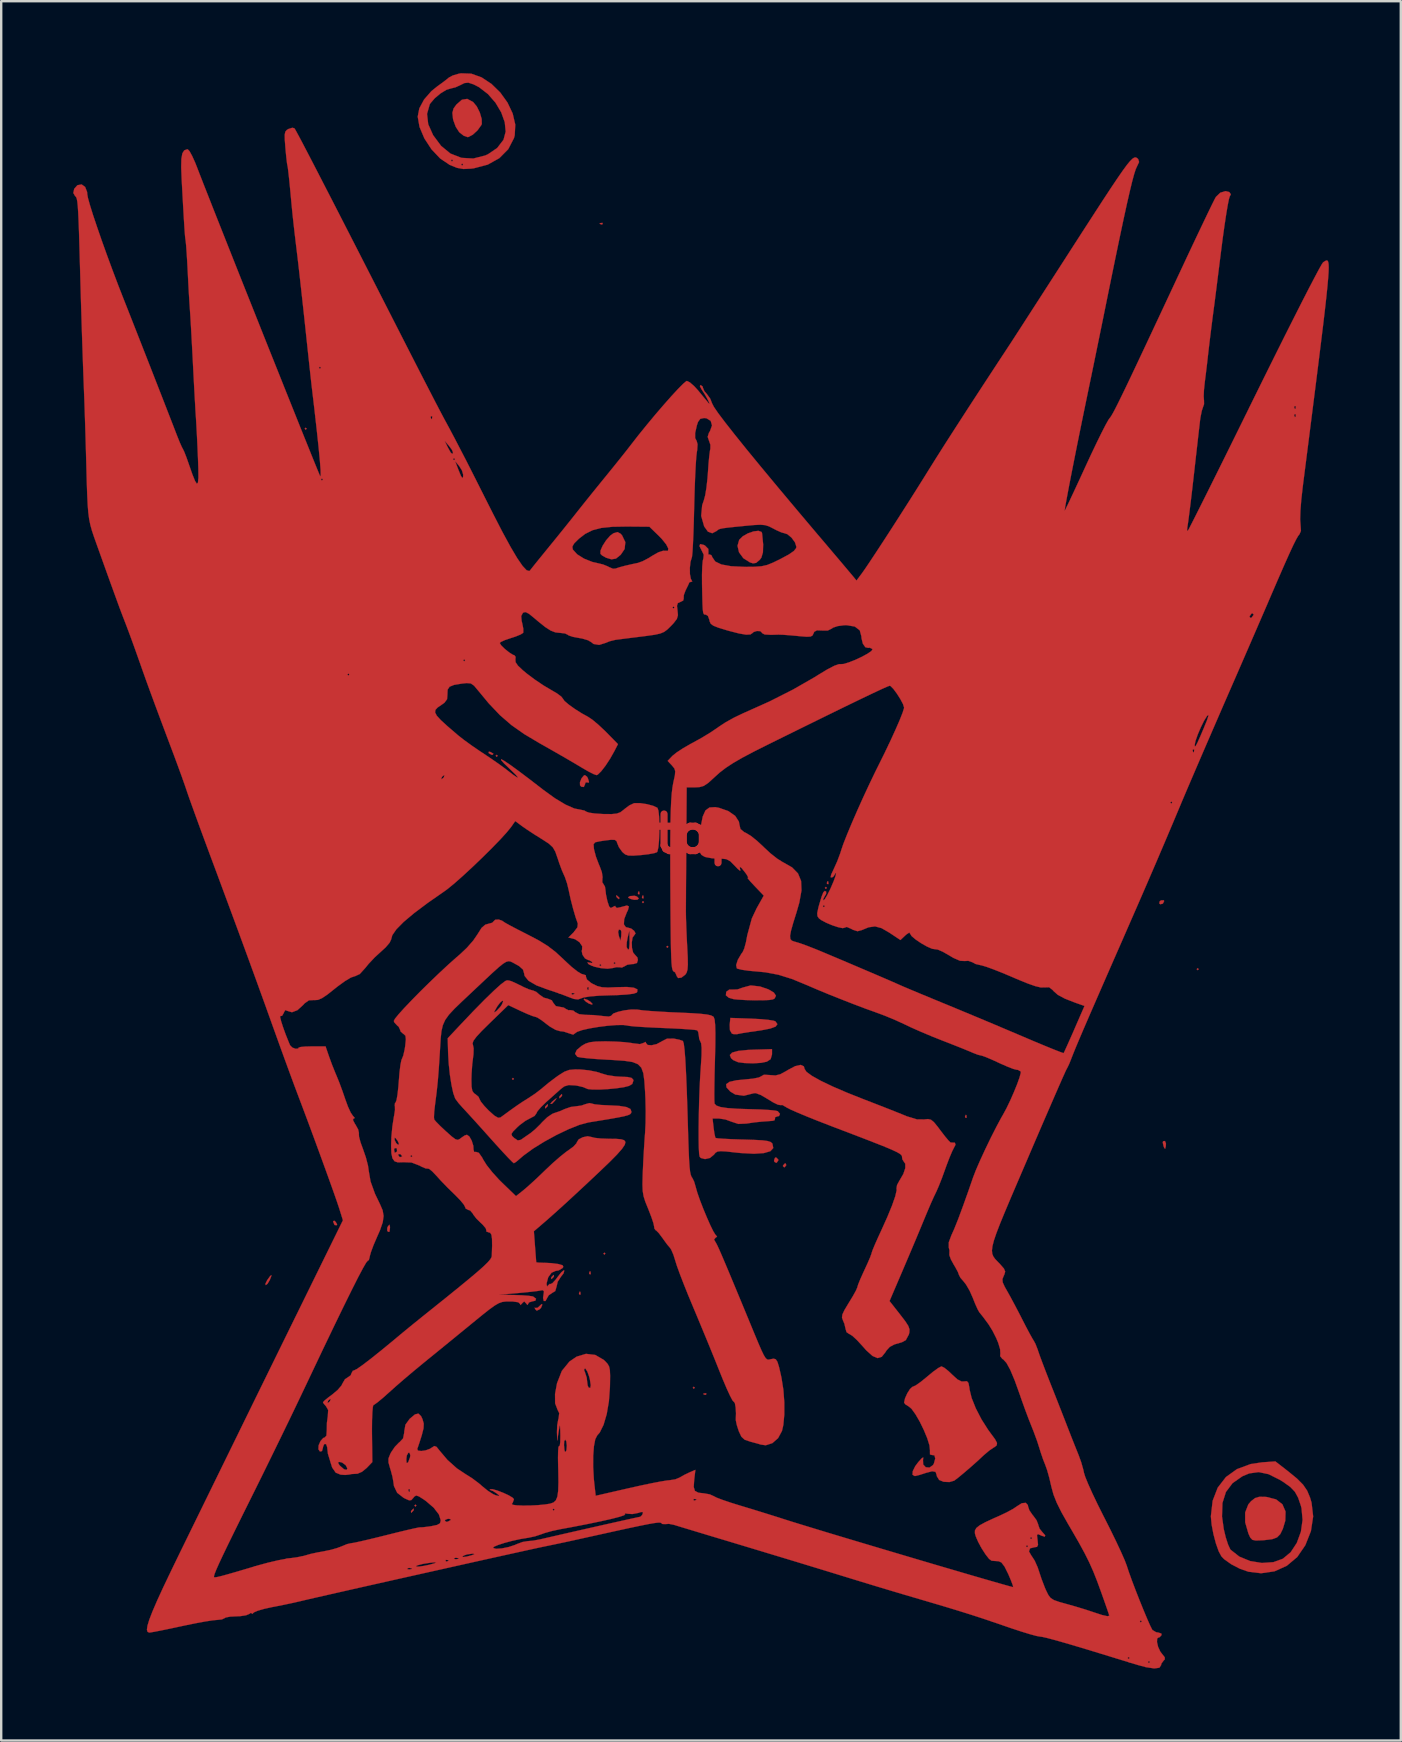
<source format=kicad_pcb>
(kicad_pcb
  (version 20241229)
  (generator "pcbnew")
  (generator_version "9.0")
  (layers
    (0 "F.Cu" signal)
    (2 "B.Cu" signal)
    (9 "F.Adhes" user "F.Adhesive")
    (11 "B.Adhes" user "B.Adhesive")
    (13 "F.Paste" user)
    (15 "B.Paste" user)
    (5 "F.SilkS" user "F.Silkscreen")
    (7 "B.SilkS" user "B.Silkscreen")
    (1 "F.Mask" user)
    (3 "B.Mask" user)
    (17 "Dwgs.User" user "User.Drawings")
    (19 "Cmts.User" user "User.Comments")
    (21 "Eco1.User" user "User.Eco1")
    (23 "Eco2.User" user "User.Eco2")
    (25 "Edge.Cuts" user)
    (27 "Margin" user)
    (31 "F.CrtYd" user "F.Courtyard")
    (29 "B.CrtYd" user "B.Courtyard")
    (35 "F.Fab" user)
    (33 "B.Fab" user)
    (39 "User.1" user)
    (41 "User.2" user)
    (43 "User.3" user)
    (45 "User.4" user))
  (footprint "top"
    (layer "F.Cu")
    (at 49.641 60.224)
    (property "Reference" "top" (at -23.57 -28.52 0) (layer "F.Cu") (effects (font (size 1.524 1.524) (thickness 0.3))))
    (attr through_hole)
    (fp_poly (pts (xy -39.911 -45.411) (xy -39.953 -45.369) (xy -39.995 -45.411) (xy -39.953 -45.453) (xy -39.911 -45.411)) (stroke (width 0.01) (type solid)) (fill yes) (layer "F.Cu"))
    (fp_poly (pts (xy -35.339 -0.538) (xy -35.381 -0.495) (xy -35.423 -0.538) (xy -35.381 -0.58) (xy -35.339 -0.538)) (stroke (width 0.01) (type solid)) (fill yes) (layer "F.Cu"))
    (fp_poly (pts (xy -31.952 -31.78) (xy -31.994 -31.737) (xy -32.037 -31.78) (xy -31.994 -31.822) (xy -31.952 -31.78)) (stroke (width 0.01) (type solid)) (fill yes) (layer "F.Cu"))
    (fp_poly (pts (xy -31.275 -18.318) (xy -31.317 -18.275) (xy -31.359 -18.318) (xy -31.317 -18.36) (xy -31.275 -18.318)) (stroke (width 0.01) (type solid)) (fill yes) (layer "F.Cu"))
    (fp_poly (pts (xy -27.465 -11.036) (xy -27.507 -10.994) (xy -27.549 -11.036) (xy -27.507 -11.079) (xy -27.465 -11.036)) (stroke (width 0.01) (type solid)) (fill yes) (layer "F.Cu"))
    (fp_poly (pts (xy -25.856 -25.684) (xy -25.898 -25.641) (xy -25.941 -25.684) (xy -25.898 -25.726) (xy -25.856 -25.684)) (stroke (width 0.01) (type solid)) (fill yes) (layer "F.Cu"))
    (fp_poly (pts (xy -24.84 -23.821) (xy -24.882 -23.779) (xy -24.925 -23.821) (xy -24.882 -23.863) (xy -24.84 -23.821)) (stroke (width 0.01) (type solid)) (fill yes) (layer "F.Cu"))
    (fp_poly (pts (xy -23.739 -5.448) (xy -23.782 -5.406) (xy -23.824 -5.448) (xy -23.782 -5.491) (xy -23.739 -5.448)) (stroke (width 0.01) (type solid)) (fill yes) (layer "F.Cu"))
    (fp_poly (pts (xy -18.236 -26.276) (xy -18.278 -26.234) (xy -18.321 -26.276) (xy -18.278 -26.319) (xy -18.236 -26.276)) (stroke (width 0.01) (type solid)) (fill yes) (layer "F.Cu"))
    (fp_poly (pts (xy -2.742 -22.89) (xy -2.784 -22.847) (xy -2.827 -22.89) (xy -2.784 -22.932) (xy -2.742 -22.89)) (stroke (width 0.01) (type solid)) (fill yes) (layer "F.Cu"))
    (fp_poly (pts (xy -28.509 -9.442) (xy -28.499 -9.341) (xy -28.509 -9.329) (xy -28.559 -9.341) (xy -28.565 -9.385) (xy -28.534 -9.455) (xy -28.509 -9.442)) (stroke (width 0.01) (type solid)) (fill yes) (layer "F.Cu"))
    (fp_poly (pts (xy -28.086 -10.288) (xy -28.075 -10.188) (xy -28.086 -10.176) (xy -28.136 -10.187) (xy -28.142 -10.232) (xy -28.111 -10.302) (xy -28.086 -10.288)) (stroke (width 0.01) (type solid)) (fill yes) (layer "F.Cu"))
    (fp_poly (pts (xy -27.578 -53.976) (xy -27.589 -53.926) (xy -27.634 -53.92) (xy -27.704 -53.951) (xy -27.69 -53.976) (xy -27.59 -53.987) (xy -27.578 -53.976)) (stroke (width 0.01) (type solid)) (fill yes) (layer "F.Cu"))
    (fp_poly (pts (xy -26.054 -26.121) (xy -26.043 -26.021) (xy -26.054 -26.008) (xy -26.104 -26.02) (xy -26.11 -26.065) (xy -26.079 -26.134) (xy -26.054 -26.121)) (stroke (width 0.01) (type solid)) (fill yes) (layer "F.Cu"))
    (fp_poly (pts (xy -25.884 -25.952) (xy -25.874 -25.851) (xy -25.884 -25.839) (xy -25.935 -25.851) (xy -25.941 -25.895) (xy -25.91 -25.965) (xy -25.884 -25.952)) (stroke (width 0.01) (type solid)) (fill yes) (layer "F.Cu"))
    (fp_poly (pts (xy -23.26 -5.208) (xy -23.271 -5.158) (xy -23.316 -5.152) (xy -23.386 -5.183) (xy -23.372 -5.208) (xy -23.272 -5.219) (xy -23.26 -5.208)) (stroke (width 0.01) (type solid)) (fill yes) (layer "F.Cu"))
    (fp_poly (pts (xy -18.18 -26.544) (xy -18.169 -26.444) (xy -18.18 -26.432) (xy -18.23 -26.443) (xy -18.236 -26.488) (xy -18.205 -26.558) (xy -18.18 -26.544)) (stroke (width 0.01) (type solid)) (fill yes) (layer "F.Cu"))
    (fp_poly (pts (xy -12.422 -16.808) (xy -12.412 -16.707) (xy -12.422 -16.695) (xy -12.473 -16.707) (xy -12.479 -16.751) (xy -12.448 -16.821) (xy -12.422 -16.808)) (stroke (width 0.01) (type solid)) (fill yes) (layer "F.Cu"))
    (fp_poly (pts (xy -32.253 -31.939) (xy -32.134 -31.871) (xy -32.154 -31.826) (xy -32.201 -31.822) (xy -32.316 -31.883) (xy -32.332 -31.906) (xy -32.319 -31.954) (xy -32.253 -31.939)) (stroke (width 0.01) (type solid)) (fill yes) (layer "F.Cu"))
    (fp_poly (pts (xy -26.97 -25.946) (xy -26.879 -25.861) (xy -26.898 -25.811) (xy -26.909 -25.811) (xy -26.981 -25.871) (xy -27.007 -25.908) (xy -27.017 -25.966) (xy -26.97 -25.946)) (stroke (width 0.01) (type solid)) (fill yes) (layer "F.Cu"))
    (fp_poly (pts (xy -4.181 -25.728) (xy -4.235 -25.621) (xy -4.339 -25.594) (xy -4.387 -25.631) (xy -4.365 -25.722) (xy -4.308 -25.757) (xy -4.199 -25.761) (xy -4.181 -25.728)) (stroke (width 0.01) (type solid)) (fill yes) (layer "F.Cu"))
    (fp_poly (pts (xy -38.71 -12.367) (xy -38.645 -12.259) (xy -38.653 -12.223) (xy -38.742 -12.226) (xy -38.754 -12.236) (xy -38.809 -12.366) (xy -38.81 -12.38) (xy -38.767 -12.411) (xy -38.71 -12.367)) (stroke (width 0.01) (type solid)) (fill yes) (layer "F.Cu"))
    (fp_poly (pts (xy -36.441 -12.151) (xy -36.441 -12.116) (xy -36.46 -11.951) (xy -36.519 -11.945) (xy -36.556 -11.993) (xy -36.553 -12.113) (xy -36.52 -12.183) (xy -36.461 -12.243) (xy -36.441 -12.151)) (stroke (width 0.01) (type solid)) (fill yes) (layer "F.Cu"))
    (fp_poly (pts (xy -35.45 -0.356) (xy -35.466 -0.326) (xy -35.545 -0.245) (xy -35.56 -0.241) (xy -35.566 -0.296) (xy -35.55 -0.326) (xy -35.471 -0.407) (xy -35.456 -0.411) (xy -35.45 -0.356)) (stroke (width 0.01) (type solid)) (fill yes) (layer "F.Cu"))
    (fp_poly (pts (xy -29.862 -17.205) (xy -29.878 -17.175) (xy -29.957 -17.094) (xy -29.972 -17.09) (xy -29.978 -17.145) (xy -29.962 -17.175) (xy -29.883 -17.256) (xy -29.868 -17.259) (xy -29.862 -17.205)) (stroke (width 0.01) (type solid)) (fill yes) (layer "F.Cu"))
    (fp_poly (pts (xy -29.608 -10.093) (xy -29.624 -10.063) (xy -29.703 -9.982) (xy -29.718 -9.978) (xy -29.724 -10.033) (xy -29.708 -10.063) (xy -29.629 -10.144) (xy -29.614 -10.147) (xy -29.608 -10.093)) (stroke (width 0.01) (type solid)) (fill yes) (layer "F.Cu"))
    (fp_poly (pts (xy -29.523 -17.469) (xy -29.571 -17.407) (xy -29.694 -17.276) (xy -29.749 -17.276) (xy -29.751 -17.291) (xy -29.693 -17.362) (xy -29.602 -17.439) (xy -29.502 -17.513) (xy -29.523 -17.469)) (stroke (width 0.01) (type solid)) (fill yes) (layer "F.Cu"))
    (fp_poly (pts (xy -29.269 -17.628) (xy -29.285 -17.598) (xy -29.365 -17.517) (xy -29.38 -17.513) (xy -29.385 -17.568) (xy -29.37 -17.598) (xy -29.29 -17.679) (xy -29.275 -17.683) (xy -29.269 -17.628)) (stroke (width 0.01) (type solid)) (fill yes) (layer "F.Cu"))
    (fp_poly (pts (xy -28.217 -21.614) (xy -28.095 -21.538) (xy -28.003 -21.445) (xy -28.02 -21.411) (xy -28.152 -21.456) (xy -28.274 -21.532) (xy -28.366 -21.625) (xy -28.349 -21.659) (xy -28.217 -21.614)) (stroke (width 0.01) (type solid)) (fill yes) (layer "F.Cu"))
    (fp_poly (pts (xy -20.259 -14.954) (xy -20.255 -14.931) (xy -20.321 -14.832) (xy -20.346 -14.82) (xy -20.424 -14.861) (xy -20.437 -14.931) (xy -20.394 -15.036) (xy -20.346 -15.042) (xy -20.259 -14.954)) (stroke (width 0.01) (type solid)) (fill yes) (layer "F.Cu"))
    (fp_poly (pts (xy -19.93 -14.738) (xy -19.929 -14.719) (xy -19.994 -14.638) (xy -20.019 -14.635) (xy -20.07 -14.687) (xy -20.056 -14.719) (xy -19.98 -14.8) (xy -19.967 -14.804) (xy -19.93 -14.738)) (stroke (width 0.01) (type solid)) (fill yes) (layer "F.Cu"))
    (fp_poly (pts (xy -4.106 -15.623) (xy -4.113 -15.509) (xy -4.143 -15.402) (xy -4.181 -15.451) (xy -4.207 -15.515) (xy -4.24 -15.665) (xy -4.226 -15.719) (xy -4.148 -15.73) (xy -4.106 -15.623)) (stroke (width 0.01) (type solid)) (fill yes) (layer "F.Cu"))
    (fp_poly (pts (xy -41.392 -10.081) (xy -41.45 -9.936) (xy -41.544 -9.78) (xy -41.62 -9.724) (xy -41.631 -9.784) (xy -41.559 -9.928) (xy -41.554 -9.936) (xy -41.447 -10.085) (xy -41.384 -10.147) (xy -41.392 -10.081)) (stroke (width 0.01) (type solid)) (fill yes) (layer "F.Cu"))
    (fp_poly (pts (xy -26.148 -25.915) (xy -26.074 -25.838) (xy -26.127 -25.787) (xy -26.265 -25.779) (xy -26.406 -25.813) (xy -26.52 -25.869) (xy -26.48 -25.915) (xy -26.433 -25.936) (xy -26.241 -25.947) (xy -26.148 -25.915)) (stroke (width 0.01) (type solid)) (fill yes) (layer "F.Cu"))
    (fp_poly (pts (xy -30.092 -8.909) (xy -30.148 -8.778) (xy -30.209 -8.714) (xy -30.325 -8.66) (xy -30.392 -8.725) (xy -30.413 -8.789) (xy -30.386 -8.773) (xy -30.29 -8.78) (xy -30.206 -8.857) (xy -30.12 -8.936) (xy -30.092 -8.909)) (stroke (width 0.01) (type solid)) (fill yes) (layer "F.Cu"))
    (fp_poly (pts (xy -28.228 -30.908) (xy -28.193 -30.841) (xy -28.146 -30.685) (xy -28.181 -30.656) (xy -28.227 -30.679) (xy -28.299 -30.66) (xy -28.311 -30.599) (xy -28.363 -30.481) (xy -28.47 -30.492) (xy -28.522 -30.55) (xy -28.525 -30.68) (xy -28.458 -30.845) (xy -28.359 -30.961) (xy -28.317 -30.975) (xy -28.228 -30.908)) (stroke (width 0.01) (type solid)) (fill yes) (layer "F.Cu"))
    (fp_poly (pts (xy -20.522 -19.337) (xy -20.58 -19.139) (xy -20.739 -19.035) (xy -20.979 -18.986) (xy -21.313 -18.966) (xy -21.672 -18.978) (xy -21.934 -19.012) (xy -22.135 -19.099) (xy -22.227 -19.179) (xy -22.28 -19.312) (xy -22.185 -19.413) (xy -21.936 -19.483) (xy -21.527 -19.525) (xy -21.29 -19.535) (xy -20.522 -19.557) (xy -20.522 -19.337)) (stroke (width 0.01) (type solid)) (fill yes) (layer "F.Cu"))
    (fp_poly (pts (xy -26.83 -41.034) (xy -26.768 -40.963) (xy -26.634 -40.683) (xy -26.664 -40.397) (xy -26.826 -40.158) (xy -27.024 -39.998) (xy -27.212 -39.967) (xy -27.435 -40.034) (xy -27.602 -40.128) (xy -27.671 -40.196) (xy -27.669 -40.331) (xy -27.579 -40.535) (xy -27.435 -40.759) (xy -27.268 -40.951) (xy -27.129 -41.053) (xy -26.957 -41.103) (xy -26.83 -41.034)) (stroke (width 0.01) (type solid)) (fill yes) (layer "F.Cu"))
    (fp_poly (pts (xy -20.959 -41.109) (xy -20.938 -41.063) (xy -20.891 -40.593) (xy -20.9 -40.259) (xy -20.966 -40.036) (xy -21.031 -39.949) (xy -21.184 -39.819) (xy -21.314 -39.799) (xy -21.444 -39.841) (xy -21.718 -40.015) (xy -21.897 -40.26) (xy -21.96 -40.531) (xy -21.89 -40.779) (xy -21.74 -40.928) (xy -21.526 -41.05) (xy -21.292 -41.131) (xy -21.088 -41.155) (xy -20.959 -41.109)) (stroke (width 0.01) (type solid)) (fill yes) (layer "F.Cu"))
    (fp_poly (pts (xy -21.369 -20.827) (xy -20.99 -20.807) (xy -20.671 -20.777) (xy -20.452 -20.742) (xy -20.379 -20.715) (xy -20.298 -20.599) (xy -20.368 -20.5) (xy -20.594 -20.415) (xy -20.982 -20.34) (xy -21.114 -20.321) (xy -21.463 -20.272) (xy -21.754 -20.226) (xy -21.941 -20.19) (xy -21.978 -20.18) (xy -22.143 -20.185) (xy -22.2 -20.211) (xy -22.276 -20.348) (xy -22.285 -20.57) (xy -22.258 -20.858) (xy -21.369 -20.827)) (stroke (width 0.01) (type solid)) (fill yes) (layer "F.Cu"))
    (fp_poly (pts (xy -32.982 -59.027) (xy -32.974 -59.021) (xy -32.823 -58.837) (xy -32.697 -58.582) (xy -32.62 -58.319) (xy -32.615 -58.111) (xy -32.63 -58.069) (xy -32.793 -57.843) (xy -32.993 -57.659) (xy -33.175 -57.565) (xy -33.211 -57.561) (xy -33.37 -57.619) (xy -33.549 -57.76) (xy -33.556 -57.768) (xy -33.7 -57.989) (xy -33.803 -58.27) (xy -33.815 -58.324) (xy -33.841 -58.575) (xy -33.791 -58.755) (xy -33.67 -58.921) (xy -33.443 -59.119) (xy -33.222 -59.154) (xy -32.982 -59.027)) (stroke (width 0.01) (type solid)) (fill yes) (layer "F.Cu"))
    (fp_poly (pts (xy -21.022 -22.169) (xy -20.67 -22.048) (xy -20.445 -21.916) (xy -20.357 -21.781) (xy -20.415 -21.666) (xy -20.487 -21.629) (xy -20.639 -21.605) (xy -20.912 -21.593) (xy -21.254 -21.592) (xy -21.619 -21.602) (xy -21.955 -21.623) (xy -22.114 -21.639) (xy -22.321 -21.698) (xy -22.441 -21.796) (xy -22.444 -21.803) (xy -22.429 -21.947) (xy -22.302 -22.04) (xy -22.124 -22.04) (xy -21.96 -22.047) (xy -21.747 -22.121) (xy -21.742 -22.123) (xy -21.412 -22.212) (xy -21.022 -22.169)) (stroke (width 0.01) (type solid)) (fill yes) (layer "F.Cu"))
    (fp_poly (pts (xy 0.039 -0.9) (xy 0.089 -0.896) (xy 0.482 -0.796) (xy 0.746 -0.591) (xy 0.876 -0.292) (xy 0.866 0.093) (xy 0.765 0.428) (xy 0.657 0.651) (xy 0.522 0.788) (xy 0.317 0.863) (xy -0.003 0.902) (xy -0.097 0.908) (xy -0.358 0.918) (xy -0.505 0.89) (xy -0.593 0.797) (xy -0.67 0.63) (xy -0.805 0.162) (xy -0.806 -0.252) (xy -0.673 -0.59) (xy -0.562 -0.72) (xy -0.392 -0.852) (xy -0.216 -0.905) (xy 0.039 -0.9)) (stroke (width 0.01) (type solid)) (fill yes) (layer "F.Cu"))
    (fp_poly (pts (xy 0.984 -1.966) (xy 1.351 -1.666) (xy 1.605 -1.411) (xy 1.777 -1.16) (xy 1.898 -0.87) (xy 1.96 -0.662) (xy 2.027 -0.084) (xy 1.934 0.525) (xy 1.701 1.113) (xy 1.364 1.605) (xy 0.928 1.971) (xy 0.419 2.201) (xy -0.141 2.282) (xy -0.668 2.219) (xy -1.029 2.093) (xy -1.388 1.906) (xy -1.683 1.695) (xy -1.797 1.577) (xy -1.911 1.364) (xy -2.026 1.037) (xy -2.128 0.652) (xy -2.202 0.264) (xy -2.234 -0.073) (xy -2.234 -0.083) (xy -1.771 -0.083) (xy -1.697 0.447) (xy -1.614 0.791) (xy -1.519 1.085) (xy -1.43 1.278) (xy -1.409 1.305) (xy -1.051 1.587) (xy -0.601 1.773) (xy -0.111 1.853) (xy 0.368 1.82) (xy 0.763 1.678) (xy 1.09 1.406) (xy 1.346 1.017) (xy 1.516 0.553) (xy 1.586 0.057) (xy 1.542 -0.428) (xy 1.516 -0.529) (xy 1.401 -0.867) (xy 1.266 -1.113) (xy 1.073 -1.315) (xy 0.783 -1.522) (xy 0.629 -1.617) (xy 0.167 -1.847) (xy -0.243 -1.933) (xy -0.639 -1.878) (xy -0.923 -1.759) (xy -1.332 -1.473) (xy -1.608 -1.105) (xy -1.753 -0.645) (xy -1.771 -0.083) (xy -2.234 -0.083) (xy -2.234 -0.103) (xy -2.161 -0.739) (xy -1.95 -1.284) (xy -1.608 -1.727) (xy -1.147 -2.058) (xy -0.576 -2.269) (xy -0.107 -2.339) (xy 0.453 -2.379) (xy 0.984 -1.966)) (stroke (width 0.01) (type solid)) (fill yes) (layer "F.Cu"))
    (fp_poly (pts (xy -33.053 -60.204) (xy -32.622 -60.049) (xy -32.213 -59.778) (xy -31.846 -59.42) (xy -31.544 -59) (xy -31.328 -58.544) (xy -31.22 -58.081) (xy -31.243 -57.635) (xy -31.274 -57.52) (xy -31.513 -57.057) (xy -31.884 -56.684) (xy -32.368 -56.414) (xy -32.948 -56.261) (xy -33.059 -56.247) (xy -33.381 -56.232) (xy -33.65 -56.28) (xy -33.958 -56.407) (xy -33.973 -56.418) (xy -33.476 -56.418) (xy -33.434 -56.375) (xy -33.391 -56.418) (xy -33.434 -56.46) (xy -33.476 -56.418) (xy -33.973 -56.418) (xy -34.225 -56.587) (xy -33.899 -56.587) (xy -33.857 -56.545) (xy -33.815 -56.587) (xy -33.857 -56.629) (xy -33.899 -56.587) (xy -34.225 -56.587) (xy -34.351 -56.672) (xy -34.712 -57.054) (xy -35.008 -57.507) (xy -35.21 -57.984) (xy -35.285 -58.412) (xy -35.263 -58.528) (xy -34.897 -58.528) (xy -34.848 -58.099) (xy -34.644 -57.642) (xy -34.312 -57.196) (xy -33.921 -56.875) (xy -33.463 -56.697) (xy -32.97 -56.669) (xy -32.472 -56.795) (xy -32.353 -56.85) (xy -31.973 -57.108) (xy -31.715 -57.445) (xy -31.709 -57.455) (xy -31.62 -57.79) (xy -31.658 -58.18) (xy -31.806 -58.593) (xy -32.045 -58.996) (xy -32.36 -59.356) (xy -32.731 -59.642) (xy -32.96 -59.759) (xy -33.175 -59.83) (xy -33.338 -59.813) (xy -33.495 -59.735) (xy -33.709 -59.636) (xy -33.883 -59.593) (xy -33.887 -59.593) (xy -34.087 -59.533) (xy -34.336 -59.381) (xy -34.578 -59.178) (xy -34.759 -58.967) (xy -34.787 -58.917) (xy -34.897 -58.528) (xy -35.263 -58.528) (xy -35.218 -58.759) (xy -35.02 -59.128) (xy -34.715 -59.477) (xy -34.469 -59.676) (xy -34.235 -59.845) (xy -34.045 -59.992) (xy -33.984 -60.044) (xy -33.824 -60.129) (xy -33.576 -60.202) (xy -33.483 -60.219) (xy -33.053 -60.204)) (stroke (width 0.01) (type solid)) (fill yes) (layer "F.Cu"))
    (fp_poly (pts (xy -13.341 -6.28) (xy -13.159 -6.134) (xy -13.022 -6.002) (xy -12.792 -5.793) (xy -12.619 -5.708) (xy -12.514 -5.712) (xy -12.4 -5.721) (xy -12.337 -5.648) (xy -12.299 -5.455) (xy -12.29 -5.374) (xy -12.204 -5.021) (xy -12.031 -4.59) (xy -11.793 -4.13) (xy -11.514 -3.691) (xy -11.411 -3.551) (xy -11.228 -3.302) (xy -11.146 -3.147) (xy -11.159 -3.049) (xy -11.259 -2.97) (xy -11.302 -2.946) (xy -11.475 -2.827) (xy -11.689 -2.646) (xy -11.757 -2.583) (xy -11.97 -2.384) (xy -12.234 -2.15) (xy -12.507 -1.915) (xy -12.746 -1.717) (xy -12.911 -1.59) (xy -12.931 -1.576) (xy -13.13 -1.518) (xy -13.369 -1.529) (xy -13.552 -1.603) (xy -13.562 -1.613) (xy -13.653 -1.76) (xy -13.664 -1.82) (xy -13.707 -1.943) (xy -13.849 -1.968) (xy -14.112 -1.9) (xy -14.135 -1.891) (xy -14.37 -1.816) (xy -14.545 -1.772) (xy -14.574 -1.769) (xy -14.667 -1.822) (xy -14.658 -1.97) (xy -14.554 -2.181) (xy -14.427 -2.349) (xy -14.282 -2.51) (xy -14.221 -2.546) (xy -14.226 -2.465) (xy -14.231 -2.446) (xy -14.223 -2.249) (xy -14.114 -2.135) (xy -13.958 -2.122) (xy -13.812 -2.229) (xy -13.775 -2.295) (xy -13.72 -2.499) (xy -13.754 -2.63) (xy -13.865 -2.647) (xy -13.867 -2.646) (xy -13.94 -2.669) (xy -13.941 -2.832) (xy -13.94 -2.841) (xy -13.961 -3.046) (xy -14.053 -3.342) (xy -14.195 -3.685) (xy -14.365 -4.034) (xy -14.544 -4.343) (xy -14.709 -4.571) (xy -14.822 -4.666) (xy -14.97 -4.759) (xy -15.019 -4.83) (xy -14.98 -5.004) (xy -14.887 -5.213) (xy -14.772 -5.395) (xy -14.67 -5.488) (xy -14.655 -5.491) (xy -14.538 -5.543) (xy -14.337 -5.683) (xy -14.092 -5.881) (xy -14.053 -5.914) (xy -13.806 -6.118) (xy -13.598 -6.268) (xy -13.469 -6.336) (xy -13.458 -6.337) (xy -13.341 -6.28)) (stroke (width 0.01) (type solid)) (fill yes) (layer "F.Cu"))
    (fp_poly (pts (xy -19.194 -18.84) (xy -19.167 -18.738) (xy -19.088 -18.613) (xy -18.859 -18.445) (xy -18.491 -18.239) (xy -17.997 -18.002) (xy -17.387 -17.74) (xy -16.754 -17.488) (xy -16.26 -17.297) (xy -15.79 -17.114) (xy -15.38 -16.952) (xy -15.065 -16.825) (xy -14.906 -16.759) (xy -14.486 -16.631) (xy -14.186 -16.628) (xy -14.022 -16.644) (xy -13.897 -16.615) (xy -13.775 -16.516) (xy -13.614 -16.319) (xy -13.501 -16.167) (xy -13.314 -15.924) (xy -13.165 -15.746) (xy -13.082 -15.667) (xy -13.077 -15.666) (xy -12.903 -15.66) (xy -12.875 -15.576) (xy -12.935 -15.46) (xy -13.018 -15.295) (xy -13.134 -15.019) (xy -13.262 -14.682) (xy -13.309 -14.55) (xy -13.439 -14.192) (xy -13.567 -13.867) (xy -13.671 -13.628) (xy -13.696 -13.576) (xy -13.785 -13.392) (xy -13.917 -13.096) (xy -14.07 -12.736) (xy -14.178 -12.476) (xy -14.339 -12.087) (xy -14.544 -11.596) (xy -14.771 -11.058) (xy -14.998 -10.526) (xy -15.075 -10.345) (xy -15.625 -9.061) (xy -15.184 -8.499) (xy -14.968 -8.218) (xy -14.844 -8.026) (xy -14.793 -7.883) (xy -14.799 -7.751) (xy -14.82 -7.667) (xy -14.947 -7.432) (xy -15.106 -7.345) (xy -15.42 -7.254) (xy -15.618 -7.149) (xy -15.754 -6.998) (xy -15.799 -6.925) (xy -15.951 -6.736) (xy -16.125 -6.683) (xy -16.334 -6.772) (xy -16.594 -7.007) (xy -16.754 -7.187) (xy -16.973 -7.425) (xy -17.164 -7.603) (xy -17.294 -7.686) (xy -17.308 -7.689) (xy -17.416 -7.764) (xy -17.452 -7.881) (xy -17.505 -8.11) (xy -17.566 -8.256) (xy -17.606 -8.37) (xy -17.59 -8.5) (xy -17.503 -8.686) (xy -17.334 -8.968) (xy -17.316 -8.997) (xy -17.149 -9.272) (xy -17.025 -9.496) (xy -16.968 -9.628) (xy -16.966 -9.64) (xy -16.932 -9.753) (xy -16.841 -9.977) (xy -16.71 -10.267) (xy -16.67 -10.353) (xy -16.532 -10.653) (xy -16.428 -10.896) (xy -16.376 -11.041) (xy -16.373 -11.058) (xy -16.339 -11.164) (xy -16.247 -11.387) (xy -16.112 -11.693) (xy -15.981 -11.976) (xy -15.717 -12.562) (xy -15.517 -13.05) (xy -15.386 -13.426) (xy -15.329 -13.676) (xy -15.334 -13.763) (xy -15.312 -13.895) (xy -15.212 -14.081) (xy -15.198 -14.101) (xy -15.049 -14.359) (xy -14.968 -14.602) (xy -14.969 -14.783) (xy -15.012 -14.842) (xy -15.091 -14.966) (xy -15.103 -15.052) (xy -15.109 -15.1) (xy -15.137 -15.147) (xy -15.201 -15.2) (xy -15.317 -15.267) (xy -15.499 -15.352) (xy -15.761 -15.464) (xy -16.12 -15.608) (xy -16.589 -15.791) (xy -17.183 -16.019) (xy -17.918 -16.299) (xy -18.108 -16.372) (xy -18.619 -16.57) (xy -19.081 -16.755) (xy -19.469 -16.918) (xy -19.759 -17.046) (xy -19.923 -17.131) (xy -19.945 -17.146) (xy -20.088 -17.229) (xy -20.17 -17.225) (xy -20.277 -17.243) (xy -20.476 -17.339) (xy -20.697 -17.475) (xy -20.983 -17.644) (xy -21.196 -17.723) (xy -21.277 -17.72) (xy -21.694 -17.616) (xy -22.049 -17.664) (xy -22.261 -17.791) (xy -22.419 -17.965) (xy -22.432 -18.098) (xy -22.294 -18.195) (xy -22 -18.261) (xy -21.647 -18.295) (xy -21.316 -18.328) (xy -21.077 -18.375) (xy -20.966 -18.428) (xy -20.963 -18.433) (xy -20.858 -18.491) (xy -20.611 -18.478) (xy -20.602 -18.476) (xy -20.38 -18.461) (xy -20.179 -18.51) (xy -19.933 -18.643) (xy -19.858 -18.69) (xy -19.555 -18.85) (xy -19.328 -18.901) (xy -19.194 -18.84)) (stroke (width 0.01) (type solid)) (fill yes) (layer "F.Cu"))
    (fp_poly (pts (xy -24.603 -19.994) (xy -24.384 -19.95) (xy -24.245 -19.902) (xy -24.233 -19.894) (xy -24.199 -19.789) (xy -24.167 -19.535) (xy -24.135 -19.128) (xy -24.105 -18.565) (xy -24.074 -17.841) (xy -24.045 -16.954) (xy -24.031 -16.497) (xy -24.012 -15.833) (xy -23.994 -15.318) (xy -23.977 -14.93) (xy -23.958 -14.649) (xy -23.936 -14.454) (xy -23.909 -14.324) (xy -23.876 -14.239) (xy -23.838 -14.183) (xy -23.766 -14.035) (xy -23.701 -13.814) (xy -23.699 -13.804) (xy -23.634 -13.576) (xy -23.526 -13.266) (xy -23.389 -12.912) (xy -23.24 -12.553) (xy -23.096 -12.227) (xy -22.972 -11.974) (xy -22.885 -11.831) (xy -22.87 -11.817) (xy -22.811 -11.743) (xy -22.875 -11.699) (xy -22.938 -11.625) (xy -22.894 -11.546) (xy -22.859 -11.491) (xy -22.804 -11.385) (xy -22.725 -11.215) (xy -22.616 -10.966) (xy -22.471 -10.625) (xy -22.283 -10.179) (xy -22.048 -9.614) (xy -21.758 -8.916) (xy -21.497 -8.285) (xy -21.267 -7.727) (xy -21.092 -7.308) (xy -20.961 -7.007) (xy -20.864 -6.806) (xy -20.79 -6.687) (xy -20.729 -6.631) (xy -20.671 -6.618) (xy -20.604 -6.631) (xy -20.576 -6.638) (xy -20.453 -6.66) (xy -20.365 -6.633) (xy -20.297 -6.53) (xy -20.232 -6.323) (xy -20.154 -5.986) (xy -20.127 -5.859) (xy -20.049 -5.367) (xy -20.01 -4.84) (xy -20.01 -4.332) (xy -20.05 -3.896) (xy -20.106 -3.65) (xy -20.269 -3.348) (xy -20.508 -3.139) (xy -20.783 -3.051) (xy -20.988 -3.08) (xy -21.117 -3.119) (xy -21.34 -3.179) (xy -21.426 -3.202) (xy -21.661 -3.282) (xy -21.799 -3.408) (xy -21.906 -3.637) (xy -21.911 -3.651) (xy -21.99 -3.897) (xy -22.03 -4.091) (xy -22.031 -4.136) (xy -22.023 -4.383) (xy -22.037 -4.622) (xy -22.068 -4.8) (xy -22.111 -4.867) (xy -22.117 -4.864) (xy -22.17 -4.923) (xy -22.272 -5.116) (xy -22.41 -5.415) (xy -22.572 -5.796) (xy -22.681 -6.066) (xy -22.888 -6.583) (xy -23.137 -7.196) (xy -23.405 -7.844) (xy -23.665 -8.469) (xy -23.801 -8.792) (xy -24.009 -9.292) (xy -24.201 -9.77) (xy -24.364 -10.193) (xy -24.485 -10.526) (xy -24.546 -10.72) (xy -24.631 -10.992) (xy -24.723 -11.204) (xy -24.772 -11.277) (xy -24.888 -11.414) (xy -25.042 -11.624) (xy -25.094 -11.698) (xy -25.235 -11.886) (xy -25.343 -11.997) (xy -25.369 -12.009) (xy -25.423 -12.08) (xy -25.433 -12.16) (xy -25.464 -12.307) (xy -25.548 -12.559) (xy -25.666 -12.865) (xy -25.687 -12.916) (xy -25.801 -13.197) (xy -25.873 -13.424) (xy -25.91 -13.649) (xy -25.92 -13.924) (xy -25.911 -14.301) (xy -25.906 -14.438) (xy -25.884 -14.919) (xy -25.855 -15.434) (xy -25.824 -15.901) (xy -25.81 -16.081) (xy -25.79 -16.483) (xy -25.785 -16.979) (xy -25.796 -17.493) (xy -25.811 -17.791) (xy -25.841 -18.233) (xy -25.885 -18.557) (xy -25.967 -18.783) (xy -26.111 -18.931) (xy -26.34 -19.021) (xy -26.68 -19.072) (xy -27.153 -19.105) (xy -27.421 -19.119) (xy -27.844 -19.145) (xy -28.209 -19.176) (xy -28.481 -19.207) (xy -28.625 -19.235) (xy -28.634 -19.239) (xy -28.729 -19.364) (xy -28.658 -19.523) (xy -28.454 -19.694) (xy -28.29 -19.788) (xy -28.11 -19.845) (xy -27.864 -19.874) (xy -27.508 -19.882) (xy -27.417 -19.882) (xy -27.028 -19.872) (xy -26.662 -19.848) (xy -26.382 -19.814) (xy -26.325 -19.802) (xy -26.026 -19.767) (xy -25.88 -19.814) (xy -25.788 -19.86) (xy -25.771 -19.81) (xy -25.704 -19.731) (xy -25.539 -19.719) (xy -25.33 -19.767) (xy -25.135 -19.87) (xy -25.125 -19.878) (xy -24.9 -19.993) (xy -24.623 -19.997) (xy -24.603 -19.994)) (stroke (width 0.01) (type solid)) (fill yes) (layer "F.Cu"))
    (fp_poly (pts (xy -31.482 -22.417) (xy -31.377 -22.386) (xy -31.213 -22.313) (xy -30.949 -22.184) (xy -30.866 -22.142) (xy -30.651 -22.048) (xy -30.492 -22.002) (xy -30.477 -22.001) (xy -30.344 -21.943) (xy -30.216 -21.831) (xy -30.032 -21.702) (xy -29.874 -21.662) (xy -29.697 -21.593) (xy -29.641 -21.493) (xy -29.529 -21.351) (xy -29.383 -21.323) (xy -29.199 -21.291) (xy -29.112 -21.233) (xy -28.996 -21.176) (xy -28.944 -21.186) (xy -28.803 -21.165) (xy -28.728 -21.103) (xy -28.562 -21.015) (xy -28.288 -20.986) (xy -28.277 -20.986) (xy -27.953 -20.977) (xy -27.613 -20.942) (xy -27.57 -20.936) (xy -27.324 -20.915) (xy -27.214 -20.95) (xy -27.211 -20.965) (xy -27.135 -21.041) (xy -26.94 -21.113) (xy -26.679 -21.173) (xy -26.401 -21.208) (xy -26.158 -21.209) (xy -26.084 -21.198) (xy -25.908 -21.174) (xy -25.599 -21.147) (xy -25.192 -21.12) (xy -24.724 -21.094) (xy -24.43 -21.082) (xy -23.895 -21.057) (xy -23.505 -21.031) (xy -23.237 -21.001) (xy -23.067 -20.964) (xy -22.973 -20.917) (xy -22.949 -20.891) (xy -22.913 -20.783) (xy -22.891 -20.564) (xy -22.882 -20.22) (xy -22.885 -19.737) (xy -22.9 -19.099) (xy -22.901 -19.072) (xy -22.915 -18.55) (xy -22.923 -18.084) (xy -22.927 -17.701) (xy -22.925 -17.428) (xy -22.917 -17.292) (xy -22.915 -17.286) (xy -22.84 -17.206) (xy -22.667 -17.145) (xy -22.38 -17.102) (xy -21.961 -17.072) (xy -21.39 -17.054) (xy -21.378 -17.054) (xy -20.978 -17.042) (xy -20.637 -17.022) (xy -20.392 -16.997) (xy -20.284 -16.973) (xy -20.189 -16.861) (xy -20.23 -16.77) (xy -20.315 -16.751) (xy -20.403 -16.71) (xy -20.395 -16.667) (xy -20.418 -16.592) (xy -20.496 -16.57) (xy -20.685 -16.556) (xy -20.934 -16.538) (xy -20.945 -16.537) (xy -21.234 -16.508) (xy -21.55 -16.462) (xy -21.588 -16.456) (xy -21.925 -16.441) (xy -22.197 -16.53) (xy -22.466 -16.627) (xy -22.73 -16.667) (xy -22.999 -16.667) (xy -22.956 -16.281) (xy -22.922 -16.043) (xy -22.887 -15.885) (xy -22.873 -15.857) (xy -22.779 -15.84) (xy -22.547 -15.823) (xy -22.212 -15.806) (xy -21.805 -15.792) (xy -21.71 -15.79) (xy -21.243 -15.775) (xy -20.917 -15.757) (xy -20.706 -15.729) (xy -20.581 -15.689) (xy -20.515 -15.633) (xy -20.505 -15.617) (xy -20.47 -15.436) (xy -20.59 -15.305) (xy -20.861 -15.226) (xy -21.275 -15.199) (xy -21.826 -15.228) (xy -22.071 -15.253) (xy -22.428 -15.293) (xy -22.656 -15.306) (xy -22.793 -15.29) (xy -22.877 -15.239) (xy -22.943 -15.157) (xy -23.108 -15.023) (xy -23.313 -14.975) (xy -23.489 -15.022) (xy -23.537 -15.074) (xy -23.559 -15.195) (xy -23.573 -15.456) (xy -23.579 -15.829) (xy -23.579 -16.286) (xy -23.572 -16.797) (xy -23.56 -17.333) (xy -23.541 -17.867) (xy -23.518 -18.369) (xy -23.489 -18.811) (xy -23.485 -18.868) (xy -23.458 -19.292) (xy -23.455 -19.611) (xy -23.475 -19.801) (xy -23.491 -19.837) (xy -23.555 -19.981) (xy -23.57 -20.108) (xy -23.599 -20.277) (xy -23.642 -20.342) (xy -23.748 -20.36) (xy -23.992 -20.382) (xy -24.345 -20.405) (xy -24.775 -20.426) (xy -25.061 -20.438) (xy -25.529 -20.459) (xy -25.942 -20.482) (xy -26.27 -20.505) (xy -26.479 -20.527) (xy -26.533 -20.538) (xy -26.719 -20.564) (xy -27.014 -20.56) (xy -27.376 -20.531) (xy -27.762 -20.482) (xy -28.13 -20.42) (xy -28.438 -20.35) (xy -28.644 -20.278) (xy -28.699 -20.239) (xy -28.807 -20.161) (xy -28.965 -20.21) (xy -28.969 -20.212) (xy -29.201 -20.289) (xy -29.356 -20.307) (xy -29.538 -20.36) (xy -29.776 -20.496) (xy -29.92 -20.604) (xy -30.135 -20.769) (xy -30.307 -20.877) (xy -30.373 -20.9) (xy -30.494 -20.934) (xy -30.719 -21.024) (xy -30.991 -21.146) (xy -31.511 -21.392) (xy -32.287 -20.64) (xy -32.621 -20.31) (xy -32.841 -20.072) (xy -32.962 -19.908) (xy -32.999 -19.799) (xy -32.988 -19.753) (xy -32.955 -19.592) (xy -32.962 -19.342) (xy -32.977 -19.222) (xy -33.015 -18.907) (xy -33.041 -18.529) (xy -33.048 -18.299) (xy -33.042 -17.997) (xy -33.009 -17.818) (xy -32.938 -17.718) (xy -32.883 -17.683) (xy -32.749 -17.569) (xy -32.714 -17.486) (xy -32.657 -17.374) (xy -32.51 -17.191) (xy -32.331 -17.003) (xy -32.093 -16.789) (xy -31.935 -16.697) (xy -31.836 -16.711) (xy -31.442 -16.999) (xy -31.144 -17.211) (xy -30.903 -17.373) (xy -30.682 -17.511) (xy -30.679 -17.513) (xy -30.396 -17.701) (xy -30.124 -17.91) (xy -30.06 -17.965) (xy -29.826 -18.159) (xy -29.54 -18.376) (xy -29.412 -18.467) (xy -29.175 -18.616) (xy -28.971 -18.691) (xy -28.724 -18.713) (xy -28.499 -18.709) (xy -28.154 -18.674) (xy -27.827 -18.609) (xy -27.652 -18.552) (xy -27.387 -18.474) (xy -27.046 -18.422) (xy -26.831 -18.409) (xy -26.537 -18.396) (xy -26.375 -18.359) (xy -26.305 -18.287) (xy -26.295 -18.254) (xy -26.345 -18.106) (xy -26.477 -18.027) (xy -26.69 -17.972) (xy -26.995 -17.927) (xy -27.345 -17.893) (xy -27.692 -17.874) (xy -27.99 -17.873) (xy -28.193 -17.893) (xy -28.246 -17.914) (xy -28.393 -17.976) (xy -28.632 -18.032) (xy -28.728 -18.046) (xy -28.993 -18.061) (xy -29.177 -18.006) (xy -29.32 -17.898) (xy -29.504 -17.734) (xy -29.752 -17.513) (xy -29.941 -17.344) (xy -30.15 -17.14) (xy -30.296 -16.969) (xy -30.343 -16.876) (xy -30.415 -16.775) (xy -30.587 -16.683) (xy -30.588 -16.683) (xy -30.797 -16.571) (xy -31.04 -16.39) (xy -31.135 -16.304) (xy -31.311 -16.127) (xy -31.379 -16.021) (xy -31.353 -15.94) (xy -31.266 -15.855) (xy -31.116 -15.754) (xy -30.989 -15.779) (xy -30.952 -15.804) (xy -30.775 -15.928) (xy -30.591 -16.054) (xy -30.401 -16.209) (xy -30.179 -16.426) (xy -30.095 -16.519) (xy -29.886 -16.72) (xy -29.677 -16.861) (xy -29.599 -16.892) (xy -29.351 -16.976) (xy -29.164 -17.06) (xy -28.91 -17.148) (xy -28.708 -17.174) (xy -28.466 -17.206) (xy -28.304 -17.263) (xy -28.131 -17.31) (xy -28.039 -17.291) (xy -27.91 -17.258) (xy -27.663 -17.232) (xy -27.352 -17.217) (xy -27.343 -17.217) (xy -26.887 -17.193) (xy -26.584 -17.144) (xy -26.42 -17.063) (xy -26.379 -16.947) (xy -26.381 -16.935) (xy -26.398 -16.885) (xy -26.441 -16.842) (xy -26.531 -16.803) (xy -26.69 -16.76) (xy -26.939 -16.71) (xy -27.299 -16.646) (xy -27.792 -16.565) (xy -28.174 -16.503) (xy -28.54 -16.405) (xy -28.996 -16.224) (xy -29.501 -15.982) (xy -30.011 -15.703) (xy -30.485 -15.409) (xy -30.879 -15.121) (xy -31.02 -15) (xy -31.176 -14.867) (xy -31.276 -14.805) (xy -31.281 -14.804) (xy -31.351 -14.864) (xy -31.514 -15.03) (xy -31.749 -15.281) (xy -32.036 -15.596) (xy -32.255 -15.84) (xy -32.586 -16.21) (xy -32.895 -16.553) (xy -33.157 -16.841) (xy -33.347 -17.047) (xy -33.414 -17.118) (xy -33.587 -17.314) (xy -33.714 -17.485) (xy -33.727 -17.508) (xy -33.804 -17.726) (xy -33.878 -18.068) (xy -33.944 -18.487) (xy -33.992 -18.939) (xy -34.018 -19.376) (xy -34.035 -20.011) (xy -33.48 -20.602) (xy -33.02 -21.086) (xy -32.093 -21.086) (xy -32.014 -21.14) (xy -32.005 -21.147) (xy -31.844 -21.319) (xy -31.775 -21.422) (xy -31.724 -21.554) (xy -31.757 -21.576) (xy -31.845 -21.504) (xy -31.96 -21.354) (xy -31.992 -21.302) (xy -32.087 -21.133) (xy -32.093 -21.086) (xy -33.02 -21.086) (xy -32.954 -21.155) (xy -32.498 -21.619) (xy -32.121 -21.985) (xy -31.833 -22.246) (xy -31.64 -22.393) (xy -31.567 -22.424) (xy -31.482 -22.417)) (stroke (width 0.01) (type solid)) (fill yes) (layer "F.Cu"))
    (fp_poly (pts (xy -31.764 -24.907) (xy -31.736 -24.885) (xy -31.633 -24.818) (xy -31.409 -24.694) (xy -31.099 -24.531) (xy -30.735 -24.346) (xy -30.724 -24.341) (xy -30.247 -24.091) (xy -29.873 -23.86) (xy -29.549 -23.613) (xy -29.219 -23.309) (xy -29.187 -23.277) (xy -28.888 -22.999) (xy -28.634 -22.796) (xy -28.454 -22.689) (xy -28.406 -22.678) (xy -28.279 -22.637) (xy -28.274 -22.568) (xy -28.233 -22.459) (xy -28.068 -22.321) (xy -27.996 -22.278) (xy -27.804 -22.186) (xy -27.608 -22.137) (xy -27.352 -22.124) (xy -26.999 -22.139) (xy -26.569 -22.148) (xy -26.277 -22.117) (xy -26.13 -22.047) (xy -26.138 -21.943) (xy -26.164 -21.912) (xy -26.293 -21.868) (xy -26.566 -21.833) (xy -26.959 -21.809) (xy -27.264 -21.801) (xy -27.732 -21.784) (xy -28.11 -21.753) (xy -28.368 -21.711) (xy -28.453 -21.681) (xy -28.603 -21.628) (xy -28.779 -21.649) (xy -29.004 -21.732) (xy -29.306 -21.849) (xy -29.418 -21.888) (xy -28.876 -21.888) (xy -28.864 -21.837) (xy -28.819 -21.831) (xy -28.75 -21.862) (xy -28.763 -21.888) (xy -28.863 -21.898) (xy -28.876 -21.888) (xy -29.418 -21.888) (xy -29.663 -21.973) (xy -29.837 -22.029) (xy -29.988 -22.085) (xy -28.227 -22.085) (xy -28.196 -22.016) (xy -28.17 -22.029) (xy -28.16 -22.129) (xy -28.17 -22.142) (xy -28.221 -22.13) (xy -28.227 -22.085) (xy -29.988 -22.085) (xy -30.337 -22.214) (xy -30.669 -22.408) (xy -30.832 -22.61) (xy -30.851 -22.711) (xy -30.898 -22.872) (xy -31.059 -23.017) (xy -31.199 -23.096) (xy -31.317 -23.161) (xy -31.411 -23.207) (xy -31.499 -23.222) (xy -31.601 -23.195) (xy -31.733 -23.113) (xy -31.915 -22.966) (xy -32.164 -22.742) (xy -32.499 -22.429) (xy -32.939 -22.015) (xy -33.022 -21.936) (xy -33.442 -21.542) (xy -33.758 -21.237) (xy -33.985 -20.992) (xy -34.14 -20.775) (xy -34.238 -20.557) (xy -34.296 -20.309) (xy -34.329 -20) (xy -34.353 -19.6) (xy -34.364 -19.418) (xy -34.405 -18.773) (xy -34.447 -18.242) (xy -34.496 -17.769) (xy -34.556 -17.301) (xy -34.567 -17.217) (xy -34.599 -16.933) (xy -34.608 -16.715) (xy -34.597 -16.624) (xy -34.518 -16.529) (xy -34.347 -16.356) (xy -34.121 -16.143) (xy -34.1 -16.125) (xy -33.862 -15.913) (xy -33.711 -15.802) (xy -33.612 -15.776) (xy -33.527 -15.818) (xy -33.49 -15.849) (xy -33.332 -15.958) (xy -33.234 -15.989) (xy -33.132 -15.916) (xy -33.034 -15.741) (xy -32.968 -15.529) (xy -32.96 -15.376) (xy -32.932 -15.27) (xy -32.856 -15.276) (xy -32.739 -15.238) (xy -32.6 -15.04) (xy -32.553 -14.949) (xy -32.409 -14.721) (xy -32.179 -14.43) (xy -31.903 -14.125) (xy -31.781 -14.004) (xy -31.19 -13.433) (xy -30.886 -13.674) (xy -30.692 -13.84) (xy -30.422 -14.085) (xy -30.121 -14.37) (xy -29.963 -14.523) (xy -29.658 -14.81) (xy -29.354 -15.075) (xy -29.097 -15.28) (xy -28.997 -15.349) (xy -28.793 -15.5) (xy -28.669 -15.636) (xy -28.65 -15.686) (xy -28.577 -15.798) (xy -28.405 -15.887) (xy -28.205 -15.928) (xy -28.048 -15.897) (xy -27.911 -15.861) (xy -27.655 -15.834) (xy -27.332 -15.822) (xy -27.274 -15.821) (xy -27.012 -15.818) (xy -26.813 -15.802) (xy -26.683 -15.763) (xy -26.629 -15.69) (xy -26.657 -15.572) (xy -26.775 -15.399) (xy -26.987 -15.159) (xy -27.301 -14.842) (xy -27.724 -14.437) (xy -28.26 -13.933) (xy -28.583 -13.633) (xy -28.954 -13.289) (xy -29.329 -12.946) (xy -29.668 -12.642) (xy -29.93 -12.41) (xy -29.967 -12.378) (xy -30.445 -11.968) (xy -30.397 -11.333) (xy -30.374 -11.026) (xy -30.356 -10.794) (xy -30.347 -10.681) (xy -30.346 -10.677) (xy -30.269 -10.663) (xy -30.081 -10.656) (xy -30.015 -10.655) (xy -29.717 -10.641) (xy -29.437 -10.605) (xy -29.421 -10.602) (xy -29.248 -10.552) (xy -29.218 -10.484) (xy -29.252 -10.433) (xy -29.41 -10.338) (xy -29.536 -10.317) (xy -29.709 -10.241) (xy -29.847 -10.053) (xy -29.913 -9.807) (xy -29.913 -9.741) (xy -29.892 -9.663) (xy -29.864 -9.703) (xy -29.786 -9.776) (xy -29.754 -9.768) (xy -29.672 -9.807) (xy -29.537 -9.953) (xy -29.447 -10.074) (xy -29.306 -10.254) (xy -29.206 -10.339) (xy -29.177 -10.331) (xy -29.209 -10.214) (xy -29.322 -10.068) (xy -29.453 -9.863) (xy -29.497 -9.674) (xy -29.554 -9.476) (xy -29.663 -9.411) (xy -29.826 -9.301) (xy -29.881 -9.207) (xy -29.961 -9.061) (xy -30.034 -9.063) (xy -30.062 -9.191) (xy -30.048 -9.294) (xy -30.025 -9.464) (xy -30.076 -9.514) (xy -30.148 -9.503) (xy -30.296 -9.479) (xy -30.567 -9.446) (xy -30.914 -9.411) (xy -31.105 -9.394) (xy -31.91 -9.324) (xy -31.26 -9.312) (xy -30.93 -9.3) (xy -30.655 -9.279) (xy -30.489 -9.253) (xy -30.477 -9.249) (xy -30.354 -9.158) (xy -30.384 -9.074) (xy -30.513 -9.047) (xy -30.651 -9.002) (xy -30.683 -8.941) (xy -30.713 -8.896) (xy -30.768 -8.962) (xy -30.848 -9.046) (xy -30.923 -8.979) (xy -30.935 -8.962) (xy -31.004 -8.893) (xy -31.019 -8.941) (xy -31.098 -9.011) (xy -31.336 -9.043) (xy -31.465 -9.044) (xy -31.629 -9.041) (xy -31.769 -9.021) (xy -31.91 -8.97) (xy -32.076 -8.874) (xy -32.295 -8.717) (xy -32.59 -8.484) (xy -32.986 -8.161) (xy -33.053 -8.106) (xy -33.51 -7.732) (xy -34.001 -7.331) (xy -34.478 -6.942) (xy -34.893 -6.605) (xy -35.042 -6.483) (xy -35.435 -6.159) (xy -35.848 -5.81) (xy -36.225 -5.483) (xy -36.471 -5.262) (xy -36.732 -5.029) (xy -36.951 -4.848) (xy -37.094 -4.744) (xy -37.129 -4.729) (xy -37.155 -4.649) (xy -37.175 -4.43) (xy -37.188 -4.102) (xy -37.192 -3.695) (xy -37.191 -3.539) (xy -37.177 -2.35) (xy -37.415 -2.102) (xy -37.609 -1.945) (xy -37.793 -1.866) (xy -37.829 -1.864) (xy -38.039 -1.852) (xy -38.133 -1.832) (xy -38.308 -1.814) (xy -38.499 -1.827) (xy -38.702 -1.91) (xy -38.844 -2.114) (xy -38.859 -2.15) (xy -38.916 -2.333) (xy -38.611 -2.333) (xy -38.558 -2.239) (xy -38.514 -2.189) (xy -38.356 -2.052) (xy -38.247 -2.025) (xy -38.217 -2.087) (xy -38.286 -2.221) (xy -38.437 -2.331) (xy -38.544 -2.358) (xy -38.611 -2.333) (xy -38.916 -2.333) (xy -39.027 -2.696) (xy -39.058 -2.972) (xy -39.104 -3.102) (xy -39.183 -3.101) (xy -39.232 -2.976) (xy -39.233 -2.951) (xy -39.274 -2.81) (xy -39.359 -2.791) (xy -39.422 -2.882) (xy -39.415 -3.045) (xy -39.336 -3.227) (xy -39.223 -3.354) (xy -39.166 -3.373) (xy -39.089 -3.453) (xy -39.074 -3.689) (xy -39.074 -3.692) (xy -39.069 -3.988) (xy -39.032 -4.265) (xy -39.031 -4.274) (xy -39.017 -4.52) (xy -39.102 -4.67) (xy -39.207 -4.792) (xy -39.22 -4.819) (xy -39.043 -4.819) (xy -39.032 -4.813) (xy -38.954 -4.873) (xy -38.937 -4.898) (xy -38.915 -4.977) (xy -38.927 -4.983) (xy -39.004 -4.923) (xy -39.022 -4.898) (xy -39.043 -4.819) (xy -39.22 -4.819) (xy -39.233 -4.844) (xy -39.17 -4.913) (xy -39.008 -5.046) (xy -38.85 -5.163) (xy -38.626 -5.351) (xy -38.465 -5.537) (xy -38.418 -5.631) (xy -38.316 -5.804) (xy -38.209 -5.874) (xy -38.076 -5.969) (xy -38.048 -6.047) (xy -37.989 -6.156) (xy -37.942 -6.169) (xy -37.829 -6.224) (xy -37.599 -6.383) (xy -37.264 -6.638) (xy -36.834 -6.981) (xy -36.32 -7.403) (xy -36.025 -7.65) (xy -35.8 -7.836) (xy -35.484 -8.094) (xy -35.119 -8.389) (xy -34.746 -8.688) (xy -34.739 -8.694) (xy -34.076 -9.225) (xy -33.536 -9.663) (xy -33.106 -10.017) (xy -32.775 -10.297) (xy -32.531 -10.515) (xy -32.363 -10.679) (xy -32.26 -10.801) (xy -32.209 -10.89) (xy -32.199 -10.938) (xy -32.185 -11.366) (xy -32.189 -11.652) (xy -32.214 -11.823) (xy -32.264 -11.905) (xy -32.338 -11.925) (xy -32.429 -11.962) (xy -32.424 -12) (xy -32.453 -12.095) (xy -32.582 -12.248) (xy -32.658 -12.318) (xy -32.845 -12.502) (xy -32.973 -12.669) (xy -32.992 -12.709) (xy -33.1 -12.834) (xy -33.177 -12.857) (xy -33.291 -12.917) (xy -33.307 -12.971) (xy -33.365 -13.082) (xy -33.518 -13.267) (xy -33.733 -13.487) (xy -33.751 -13.504) (xy -34.032 -13.778) (xy -34.314 -14.069) (xy -34.501 -14.276) (xy -34.677 -14.461) (xy -34.809 -14.568) (xy -34.858 -14.579) (xy -34.955 -14.586) (xy -35.136 -14.665) (xy -35.201 -14.702) (xy -35.541 -14.833) (xy -35.871 -14.846) (xy -36.114 -14.839) (xy -36.249 -14.884) (xy -36.332 -14.999) (xy -36.341 -15.019) (xy -36.367 -15.148) (xy -36.101 -15.148) (xy -36.039 -15.061) (xy -36.016 -15.058) (xy -35.934 -15.087) (xy -35.931 -15.095) (xy -35.935 -15.1) (xy -35.593 -15.1) (xy -35.55 -15.058) (xy -35.508 -15.1) (xy -35.55 -15.143) (xy -35.593 -15.1) (xy -35.935 -15.1) (xy -35.991 -15.168) (xy -36.016 -15.185) (xy -36.094 -15.178) (xy -36.101 -15.148) (xy -36.367 -15.148) (xy -36.382 -15.216) (xy -36.387 -15.359) (xy -36.27 -15.359) (xy -36.242 -15.237) (xy -36.169 -15.274) (xy -36.147 -15.306) (xy -36.157 -15.415) (xy -36.184 -15.438) (xy -36.258 -15.42) (xy -36.27 -15.359) (xy -36.387 -15.359) (xy -36.394 -15.533) (xy -36.386 -15.774) (xy -36.248 -15.774) (xy -36.183 -15.642) (xy -36.099 -15.567) (xy -36.091 -15.566) (xy -36.069 -15.625) (xy -36.118 -15.731) (xy -36.207 -15.85) (xy -36.248 -15.871) (xy -36.248 -15.774) (xy -36.386 -15.774) (xy -36.38 -15.921) (xy -36.342 -16.333) (xy -36.282 -16.722) (xy -36.268 -16.789) (xy -36.233 -17.019) (xy -36.236 -17.178) (xy -36.244 -17.201) (xy -36.233 -17.31) (xy -36.208 -17.332) (xy -36.168 -17.435) (xy -36.127 -17.668) (xy -36.091 -17.991) (xy -36.073 -18.221) (xy -36.044 -18.587) (xy -36.006 -18.893) (xy -35.966 -19.097) (xy -35.943 -19.152) (xy -35.888 -19.287) (xy -35.833 -19.526) (xy -35.806 -19.693) (xy -35.779 -19.963) (xy -35.796 -20.112) (xy -35.864 -20.182) (xy -35.881 -20.189) (xy -35.998 -20.292) (xy -36.016 -20.355) (xy -36.081 -20.493) (xy -36.135 -20.536) (xy -36.259 -20.67) (xy -36.282 -20.731) (xy -36.232 -20.826) (xy -36.077 -21.016) (xy -35.836 -21.282) (xy -35.528 -21.605) (xy -35.174 -21.965) (xy -34.791 -22.342) (xy -34.399 -22.718) (xy -34.018 -23.073) (xy -33.666 -23.387) (xy -33.518 -23.514) (xy -33.234 -23.783) (xy -32.973 -24.081) (xy -32.793 -24.344) (xy -32.791 -24.347) (xy -32.625 -24.61) (xy -32.469 -24.744) (xy -32.347 -24.779) (xy -32.181 -24.824) (xy -32.121 -24.885) (xy -32.055 -24.95) (xy -31.909 -24.958) (xy -31.764 -24.907)) (stroke (width 0.01) (type solid)) (fill yes) (layer "F.Cu"))
    (fp_poly (pts (xy -40.422 -57.928) (xy -40.374 -57.85) (xy -40.269 -57.658) (xy -40.104 -57.348) (xy -39.879 -56.917) (xy -39.591 -56.362) (xy -39.239 -55.679) (xy -38.82 -54.866) (xy -38.334 -53.918) (xy -37.778 -52.832) (xy -37.151 -51.605) (xy -36.452 -50.234) (xy -35.677 -48.715) (xy -35.676 -48.713) (xy -35.366 -48.107) (xy -35.065 -47.519) (xy -34.785 -46.977) (xy -34.541 -46.504) (xy -34.344 -46.127) (xy -34.208 -45.87) (xy -34.189 -45.834) (xy -33.967 -45.424) (xy -33.735 -44.986) (xy -33.469 -44.474) (xy -33.252 -44.056) (xy -33.192 -43.937) (xy -33.066 -43.689) (xy -32.886 -43.333) (xy -32.664 -42.892) (xy -32.41 -42.388) (xy -32.162 -41.897) (xy -31.761 -41.117) (xy -31.42 -40.491) (xy -31.14 -40.017) (xy -30.916 -39.692) (xy -30.749 -39.514) (xy -30.636 -39.479) (xy -30.605 -39.507) (xy -30.535 -39.596) (xy -30.38 -39.79) (xy -30.16 -40.062) (xy -29.897 -40.385) (xy -29.835 -40.461) (xy -29.805 -40.498) (xy -28.842 -40.498) (xy -28.824 -40.383) (xy -28.819 -40.372) (xy -28.641 -40.176) (xy -28.351 -39.994) (xy -28.008 -39.858) (xy -27.822 -39.816) (xy -27.561 -39.753) (xy -27.353 -39.668) (xy -27.318 -39.646) (xy -27.146 -39.575) (xy -27.041 -39.583) (xy -26.875 -39.638) (xy -26.64 -39.701) (xy -26.618 -39.706) (xy -26.348 -39.768) (xy -26.109 -39.818) (xy -26.105 -39.819) (xy -25.91 -39.89) (xy -25.654 -40.025) (xy -25.513 -40.115) (xy -25.258 -40.259) (xy -25.055 -40.326) (xy -24.988 -40.323) (xy -24.859 -40.321) (xy -24.843 -40.416) (xy -24.93 -40.588) (xy -25.112 -40.815) (xy -25.235 -40.942) (xy -25.631 -41.326) (xy -26.569 -41.334) (xy -27.166 -41.324) (xy -27.632 -41.276) (xy -28 -41.181) (xy -28.304 -41.03) (xy -28.569 -40.826) (xy -28.764 -40.633) (xy -28.842 -40.498) (xy -29.805 -40.498) (xy -29.507 -40.864) (xy -29.161 -41.293) (xy -28.84 -41.694) (xy -28.608 -41.987) (xy -28.339 -42.325) (xy -28.009 -42.736) (xy -27.665 -43.161) (xy -27.422 -43.459) (xy -27.124 -43.827) (xy -26.828 -44.195) (xy -26.571 -44.519) (xy -26.406 -44.732) (xy -26.087 -45.142) (xy -25.74 -45.57) (xy -25.385 -45.997) (xy -25.038 -46.401) (xy -24.718 -46.763) (xy -24.442 -47.062) (xy -24.229 -47.278) (xy -24.096 -47.39) (xy -24.068 -47.401) (xy -23.943 -47.339) (xy -23.761 -47.179) (xy -23.601 -47.004) (xy -23.406 -46.767) (xy -23.241 -46.568) (xy -23.164 -46.474) (xy -23.123 -46.444) (xy -23.149 -46.521) (xy -23.224 -46.667) (xy -23.326 -46.846) (xy -23.438 -47.019) (xy -23.454 -47.041) (xy -23.528 -47.183) (xy -23.496 -47.231) (xy -23.409 -47.164) (xy -23.401 -47.117) (xy -23.343 -46.978) (xy -23.236 -46.855) (xy -23.094 -46.658) (xy -23.018 -46.463) (xy -22.945 -46.321) (xy -22.762 -46.054) (xy -22.471 -45.668) (xy -22.074 -45.163) (xy -21.575 -44.543) (xy -20.974 -43.811) (xy -20.276 -42.97) (xy -19.481 -42.022) (xy -18.668 -41.059) (xy -18.288 -40.612) (xy -17.936 -40.196) (xy -17.63 -39.835) (xy -17.388 -39.547) (xy -17.226 -39.355) (xy -17.174 -39.293) (xy -17.001 -39.084) (xy -16.787 -39.369) (xy -16.651 -39.561) (xy -16.441 -39.873) (xy -16.171 -40.281) (xy -15.855 -40.764) (xy -15.51 -41.297) (xy -15.15 -41.858) (xy -14.79 -42.422) (xy -14.446 -42.967) (xy -14.131 -43.47) (xy -14.004 -43.675) (xy -13.696 -44.168) (xy -13.306 -44.783) (xy -12.844 -45.502) (xy -12.323 -46.308) (xy -11.754 -47.182) (xy -11.149 -48.106) (xy -10.743 -48.724) (xy -10.669 -48.837) (xy -10.582 -48.969) (xy -10.475 -49.134) (xy -10.339 -49.344) (xy -10.165 -49.613) (xy -9.945 -49.954) (xy -9.672 -50.378) (xy -9.335 -50.9) (xy -8.928 -51.532) (xy -8.442 -52.286) (xy -8.167 -52.714) (xy -7.605 -53.587) (xy -7.126 -54.327) (xy -6.725 -54.945) (xy -6.392 -55.452) (xy -6.121 -55.856) (xy -5.904 -56.169) (xy -5.734 -56.401) (xy -5.602 -56.561) (xy -5.502 -56.66) (xy -5.426 -56.708) (xy -5.367 -56.715) (xy -5.316 -56.692) (xy -5.267 -56.648) (xy -5.264 -56.645) (xy -5.226 -56.523) (xy -5.315 -56.336) (xy -5.365 -56.226) (xy -5.431 -56.023) (xy -5.513 -55.72) (xy -5.613 -55.307) (xy -5.735 -54.775) (xy -5.879 -54.116) (xy -6.047 -53.322) (xy -6.242 -52.383) (xy -6.466 -51.29) (xy -6.594 -50.66) (xy -6.736 -49.959) (xy -6.896 -49.176) (xy -7.061 -48.372) (xy -7.218 -47.609) (xy -7.355 -46.949) (xy -7.358 -46.935) (xy -7.511 -46.193) (xy -7.662 -45.455) (xy -7.807 -44.739) (xy -7.941 -44.065) (xy -8.062 -43.454) (xy -8.164 -42.923) (xy -8.245 -42.493) (xy -8.301 -42.184) (xy -8.327 -42.015) (xy -8.329 -41.992) (xy -8.295 -42.051) (xy -8.2 -42.243) (xy -8.055 -42.55) (xy -7.868 -42.949) (xy -7.649 -43.422) (xy -7.475 -43.802) (xy -7.229 -44.332) (xy -6.997 -44.818) (xy -6.792 -45.236) (xy -6.625 -45.562) (xy -6.507 -45.773) (xy -6.463 -45.837) (xy -6.423 -45.886) (xy -6.373 -45.964) (xy -6.305 -46.082) (xy -6.217 -46.248) (xy -6.103 -46.474) (xy -5.958 -46.769) (xy -5.777 -47.142) (xy -5.556 -47.605) (xy -5.29 -48.168) (xy -4.974 -48.839) (xy -4.603 -49.63) (xy -4.172 -50.55) (xy -3.677 -51.609) (xy -3.449 -52.097) (xy -3.146 -52.744) (xy -2.861 -53.348) (xy -2.603 -53.89) (xy -2.382 -54.352) (xy -2.206 -54.716) (xy -2.084 -54.962) (xy -2.025 -55.07) (xy -1.841 -55.246) (xy -1.621 -55.311) (xy -1.466 -55.271) (xy -1.402 -55.176) (xy -1.448 -55.091) (xy -1.483 -54.979) (xy -1.534 -54.722) (xy -1.597 -54.346) (xy -1.668 -53.874) (xy -1.744 -53.33) (xy -1.804 -52.862) (xy -1.879 -52.268) (xy -1.948 -51.718) (xy -2.008 -51.238) (xy -2.057 -50.854) (xy -2.09 -50.592) (xy -2.104 -50.491) (xy -2.16 -50.068) (xy -2.222 -49.579) (xy -2.283 -49.087) (xy -2.334 -48.656) (xy -2.361 -48.417) (xy -2.399 -48.08) (xy -2.448 -47.672) (xy -2.49 -47.341) (xy -2.523 -47.023) (xy -2.535 -46.762) (xy -2.524 -46.611) (xy -2.522 -46.606) (xy -2.519 -46.433) (xy -2.556 -46.328) (xy -2.614 -46.154) (xy -2.667 -45.89) (xy -2.687 -45.75) (xy -2.711 -45.541) (xy -2.751 -45.196) (xy -2.802 -44.744) (xy -2.862 -44.218) (xy -2.926 -43.649) (xy -2.952 -43.421) (xy -3.016 -42.86) (xy -3.077 -42.345) (xy -3.132 -41.903) (xy -3.176 -41.563) (xy -3.207 -41.352) (xy -3.215 -41.305) (xy -3.228 -41.173) (xy -3.193 -41.162) (xy -3.145 -41.247) (xy -3.029 -41.473) (xy -2.85 -41.826) (xy -2.615 -42.294) (xy -2.329 -42.866) (xy -1.999 -43.53) (xy -1.631 -44.272) (xy -1.231 -45.082) (xy -0.805 -45.946) (xy -0.797 -45.961) (xy 1.237 -45.961) (xy 1.268 -45.892) (xy 1.294 -45.905) (xy 1.304 -46.005) (xy 1.294 -46.018) (xy 1.243 -46.006) (xy 1.237 -45.961) (xy -0.797 -45.961) (xy -0.631 -46.3) (xy 1.237 -46.3) (xy 1.268 -46.23) (xy 1.294 -46.244) (xy 1.304 -46.344) (xy 1.294 -46.356) (xy 1.243 -46.345) (xy 1.237 -46.3) (xy -0.631 -46.3) (xy -0.414 -46.741) (xy 0.032 -47.644) (xy 0.459 -48.504) (xy 0.86 -49.308) (xy 1.231 -50.044) (xy 1.563 -50.7) (xy 1.852 -51.263) (xy 2.091 -51.721) (xy 2.273 -52.062) (xy 2.393 -52.273) (xy 2.442 -52.343) (xy 2.499 -52.38) (xy 2.549 -52.409) (xy 2.592 -52.423) (xy 2.627 -52.411) (xy 2.653 -52.365) (xy 2.669 -52.276) (xy 2.675 -52.136) (xy 2.669 -51.935) (xy 2.65 -51.665) (xy 2.619 -51.316) (xy 2.574 -50.881) (xy 2.515 -50.35) (xy 2.44 -49.714) (xy 2.348 -48.964) (xy 2.24 -48.092) (xy 2.114 -47.089) (xy 1.969 -45.946) (xy 1.805 -44.653) (xy 1.62 -43.203) (xy 1.589 -42.956) (xy 1.531 -42.437) (xy 1.496 -41.985) (xy 1.485 -41.634) (xy 1.499 -41.435) (xy 1.518 -41.152) (xy 1.457 -41.012) (xy 1.399 -40.938) (xy 1.313 -40.788) (xy 1.193 -40.548) (xy 1.034 -40.205) (xy 0.829 -39.746) (xy 0.572 -39.158) (xy 0.256 -38.427) (xy 0.238 -38.384) (xy 0.054 -37.956) (xy -0.181 -37.414) (xy -0.448 -36.797) (xy -0.73 -36.147) (xy -1.01 -35.503) (xy -1.138 -35.209) (xy -1.657 -34.019) (xy -2.121 -32.949) (xy -2.529 -32.008) (xy -2.877 -31.199) (xy -3.164 -30.53) (xy -3.386 -30.008) (xy -3.46 -29.832) (xy -3.823 -28.968) (xy -4.172 -28.144) (xy -4.522 -27.324) (xy -4.889 -26.473) (xy -5.288 -25.554) (xy -5.736 -24.53) (xy -5.916 -24.117) (xy -6.361 -23.103) (xy -6.741 -22.233) (xy -7.063 -21.495) (xy -7.331 -20.878) (xy -7.55 -20.371) (xy -7.724 -19.962) (xy -7.86 -19.64) (xy -7.96 -19.394) (xy -8.032 -19.212) (xy -8.049 -19.165) (xy -8.142 -18.934) (xy -8.222 -18.769) (xy -8.239 -18.742) (xy -8.285 -18.649) (xy -8.39 -18.416) (xy -8.548 -18.058) (xy -8.752 -17.591) (xy -8.995 -17.031) (xy -9.271 -16.394) (xy -9.572 -15.694) (xy -9.888 -14.956) (xy -10.261 -14.087) (xy -10.572 -13.36) (xy -10.825 -12.76) (xy -11.025 -12.273) (xy -11.174 -11.885) (xy -11.277 -11.581) (xy -11.337 -11.346) (xy -11.358 -11.166) (xy -11.344 -11.027) (xy -11.298 -10.915) (xy -11.225 -10.813) (xy -11.127 -10.71) (xy -11.014 -10.593) (xy -10.857 -10.413) (xy -10.806 -10.288) (xy -10.843 -10.158) (xy -10.866 -10.113) (xy -10.92 -9.976) (xy -10.91 -9.84) (xy -10.822 -9.648) (xy -10.736 -9.498) (xy -10.591 -9.239) (xy -10.402 -8.887) (xy -10.199 -8.499) (xy -10.1 -8.305) (xy -9.926 -7.966) (xy -9.773 -7.679) (xy -9.662 -7.481) (xy -9.62 -7.416) (xy -9.543 -7.272) (xy -9.453 -7.043) (xy -9.43 -6.972) (xy -9.358 -6.765) (xy -9.238 -6.443) (xy -9.087 -6.048) (xy -8.921 -5.623) (xy -8.902 -5.575) (xy -8.713 -5.099) (xy -8.517 -4.599) (xy -8.336 -4.137) (xy -8.204 -3.797) (xy -8.054 -3.412) (xy -7.902 -3.029) (xy -7.777 -2.717) (xy -7.751 -2.654) (xy -7.637 -2.341) (xy -7.549 -2.028) (xy -7.524 -1.908) (xy -7.47 -1.735) (xy -7.35 -1.441) (xy -7.176 -1.054) (xy -6.961 -0.603) (xy -6.717 -0.115) (xy -6.668 -0.02) (xy -6.415 0.482) (xy -6.181 0.962) (xy -5.981 1.389) (xy -5.829 1.733) (xy -5.741 1.963) (xy -5.734 1.985) (xy -5.651 2.236) (xy -5.528 2.578) (xy -5.377 2.976) (xy -5.212 3.397) (xy -5.046 3.806) (xy -4.894 4.17) (xy -4.769 4.454) (xy -4.684 4.624) (xy -4.668 4.648) (xy -4.518 4.738) (xy -4.418 4.754) (xy -4.297 4.796) (xy -4.291 4.86) (xy -4.372 4.949) (xy -4.404 4.952) (xy -4.473 5) (xy -4.48 5.149) (xy -4.435 5.346) (xy -4.346 5.539) (xy -4.28 5.628) (xy -4.157 5.784) (xy -4.156 5.876) (xy -4.195 5.91) (xy -4.297 6.047) (xy -4.308 6.109) (xy -4.381 6.219) (xy -4.595 6.248) (xy -4.941 6.196) (xy -5.282 6.104) (xy -5.648 5.992) (xy -5.682 5.982) (xy -4.859 5.982) (xy -4.816 6.024) (xy -4.774 5.982) (xy -4.816 5.939) (xy -4.859 5.982) (xy -5.682 5.982) (xy -6.024 5.877) (xy -6.234 5.812) (xy -5.705 5.812) (xy -5.663 5.855) (xy -5.621 5.812) (xy -5.663 5.77) (xy -5.705 5.812) (xy -6.234 5.812) (xy -6.256 5.806) (xy -7.095 5.549) (xy -7.783 5.341) (xy -8.333 5.179) (xy -8.756 5.059) (xy -9.061 4.978) (xy -9.261 4.933) (xy -9.357 4.921) (xy -9.509 4.893) (xy -9.784 4.818) (xy -10.146 4.707) (xy -10.559 4.571) (xy -10.658 4.537) (xy -11.25 4.333) (xy -11.382 4.288) (xy -5.197 4.288) (xy -5.155 4.331) (xy -5.113 4.288) (xy -5.155 4.246) (xy -5.197 4.288) (xy -11.382 4.288) (xy -11.778 4.155) (xy -12.285 3.991) (xy -12.813 3.826) (xy -13.404 3.647) (xy -14.101 3.441) (xy -14.384 3.358) (xy -14.963 3.188) (xy -15.606 2.996) (xy -16.241 2.805) (xy -16.801 2.634) (xy -16.924 2.597) (xy -18.18 2.211) (xy -19.566 1.788) (xy -21.052 1.338) (xy -22.604 0.87) (xy -22.639 0.86) (xy -23.168 0.701) (xy -23.654 0.554) (xy -24.071 0.428) (xy -24.389 0.332) (xy -24.581 0.273) (xy -24.61 0.264) (xy -24.82 0.223) (xy -24.961 0.234) (xy -25.092 0.23) (xy -25.124 0.201) (xy -25.149 0.18) (xy -25.201 0.17) (xy -25.296 0.174) (xy -25.448 0.194) (xy -25.672 0.233) (xy -25.984 0.295) (xy -26.398 0.382) (xy -26.929 0.497) (xy -27.592 0.644) (xy -28.403 0.823) (xy -28.587 0.864) (xy -29.022 0.96) (xy -29.48 1.057) (xy -29.878 1.14) (xy -29.962 1.157) (xy -30.162 1.199) (xy -30.508 1.274) (xy -30.981 1.378) (xy -31.561 1.506) (xy -32.229 1.654) (xy -32.966 1.818) (xy -33.753 1.994) (xy -34.57 2.177) (xy -35.398 2.362) (xy -36.218 2.546) (xy -37.011 2.724) (xy -37.757 2.892) (xy -38.436 3.046) (xy -39.031 3.181) (xy -39.521 3.293) (xy -39.888 3.377) (xy -40.111 3.43) (xy -40.122 3.433) (xy -40.46 3.511) (xy -40.88 3.6) (xy -41.299 3.683) (xy -41.346 3.691) (xy -41.678 3.764) (xy -41.946 3.841) (xy -42.105 3.909) (xy -42.127 3.929) (xy -42.186 3.98) (xy -42.195 3.954) (xy -42.242 3.933) (xy -42.298 3.975) (xy -42.437 4.033) (xy -42.678 4.07) (xy -42.844 4.077) (xy -43.103 4.09) (xy -43.285 4.125) (xy -43.334 4.153) (xy -43.444 4.205) (xy -43.644 4.227) (xy -43.657 4.227) (xy -43.838 4.245) (xy -44.146 4.293) (xy -44.542 4.366) (xy -44.988 4.457) (xy -45.142 4.49) (xy -45.58 4.584) (xy -45.963 4.663) (xy -46.261 4.721) (xy -46.438 4.751) (xy -46.468 4.754) (xy -46.541 4.726) (xy -46.569 4.635) (xy -46.547 4.471) (xy -46.472 4.222) (xy -46.339 3.877) (xy -46.145 3.426) (xy -45.884 2.858) (xy -45.666 2.402) (xy -43.775 2.402) (xy -43.772 2.445) (xy -43.772 2.445) (xy -43.734 2.453) (xy -43.641 2.439) (xy -43.474 2.4) (xy -43.214 2.329) (xy -42.841 2.222) (xy -42.46 2.109) (xy -35.725 2.109) (xy -35.642 2.123) (xy -35.532 2.107) (xy -35.531 2.078) (xy -35.644 2.058) (xy -35.693 2.071) (xy -35.725 2.109) (xy -42.46 2.109) (xy -42.338 2.073) (xy -42.107 2.004) (xy -35.348 2.004) (xy -35.234 2.004) (xy -35.04 1.977) (xy -34.808 1.929) (xy -34.58 1.866) (xy -34.577 1.865) (xy -34.514 1.833) (xy -34.612 1.829) (xy -34.788 1.847) (xy -35.061 1.89) (xy -35.275 1.945) (xy -35.339 1.972) (xy -35.348 2.004) (xy -42.107 2.004) (xy -41.943 1.955) (xy -41.527 1.842) (xy -41.106 1.743) (xy -41.059 1.734) (xy -34.125 1.734) (xy -34.113 1.785) (xy -34.069 1.791) (xy -33.999 1.76) (xy -34.012 1.734) (xy -34.113 1.724) (xy -34.125 1.734) (xy -41.059 1.734) (xy -40.803 1.686) (xy -33.778 1.686) (xy -33.695 1.699) (xy -33.585 1.684) (xy -33.584 1.655) (xy -33.697 1.635) (xy -33.746 1.648) (xy -33.778 1.686) (xy -40.803 1.686) (xy -40.748 1.675) (xy -40.636 1.66) (xy -40.326 1.617) (xy -40.18 1.589) (xy -33.434 1.589) (xy -33.39 1.606) (xy -33.249 1.588) (xy -33.053 1.537) (xy -32.924 1.488) (xy -32.952 1.469) (xy -33.01 1.466) (xy -33.233 1.498) (xy -33.349 1.537) (xy -33.434 1.589) (xy -40.18 1.589) (xy -40.059 1.565) (xy -39.936 1.53) (xy -39.746 1.476) (xy -39.46 1.414) (xy -39.228 1.373) (xy -38.901 1.305) (xy -38.633 1.228) (xy -32.148 1.228) (xy -32.148 1.228) (xy -32.016 1.263) (xy -31.782 1.247) (xy -31.503 1.191) (xy -31.236 1.103) (xy -31.156 1.067) (xy -30.914 0.978) (xy -30.706 0.944) (xy -30.493 0.925) (xy -30.218 0.877) (xy -30.148 0.861) (xy -29.705 0.759) (xy -29.2 0.643) (xy -28.661 0.52) (xy -28.11 0.395) (xy -27.575 0.274) (xy -27.08 0.163) (xy -26.651 0.067) (xy -26.312 -0.008) (xy -26.09 -0.056) (xy -26.009 -0.072) (xy -25.939 -0.139) (xy -25.911 -0.195) (xy -25.905 -0.273) (xy -26.001 -0.264) (xy -26.09 -0.233) (xy -26.339 -0.185) (xy -26.53 -0.197) (xy -26.655 -0.213) (xy -26.642 -0.177) (xy -26.682 -0.136) (xy -26.875 -0.071) (xy -27.207 0.015) (xy -27.666 0.118) (xy -28.236 0.236) (xy -28.905 0.366) (xy -29.37 0.451) (xy -29.693 0.521) (xy -29.987 0.603) (xy -30.132 0.655) (xy -30.392 0.742) (xy -30.691 0.806) (xy -30.724 0.81) (xy -31.031 0.861) (xy -31.36 0.934) (xy -31.674 1.018) (xy -31.935 1.103) (xy -32.106 1.176) (xy -32.148 1.228) (xy -38.633 1.228) (xy -38.602 1.219) (xy -38.454 1.16) (xy -38.234 1.069) (xy -38.059 1.029) (xy -38.052 1.029) (xy -37.925 1.009) (xy -37.666 0.953) (xy -37.305 0.869) (xy -36.874 0.764) (xy -36.58 0.691) (xy -36.128 0.578) (xy -35.734 0.483) (xy -35.427 0.413) (xy -35.236 0.374) (xy -35.188 0.369) (xy -35.075 0.366) (xy -34.856 0.34) (xy -34.725 0.321) (xy -34.478 0.269) (xy -34.358 0.201) (xy -34.327 0.095) (xy -34.153 0.095) (xy -34.091 0.141) (xy -34.026 0.128) (xy -33.915 0.068) (xy -33.899 0.046) (xy -33.968 0.016) (xy -34.026 0.013) (xy -34.139 0.057) (xy -34.153 0.095) (xy -34.327 0.095) (xy -34.326 0.09) (xy -34.326 0.071) (xy -34.404 -0.172) (xy -34.556 -0.368) (xy -29.666 -0.368) (xy -29.624 -0.326) (xy -29.581 -0.368) (xy -29.624 -0.411) (xy -29.666 -0.368) (xy -34.556 -0.368) (xy -34.616 -0.447) (xy -34.939 -0.725) (xy -35.03 -0.79) (xy -35.233 -0.919) (xy -35.347 -0.958) (xy -35.425 -0.914) (xy -35.469 -0.859) (xy -35.551 -0.767) (xy -35.644 -0.756) (xy -35.805 -0.827) (xy -35.876 -0.864) (xy -36.14 -1.07) (xy -36.19 -1.173) (xy -35.677 -1.173) (xy -35.646 -1.103) (xy -35.621 -1.116) (xy -35.611 -1.217) (xy -35.621 -1.229) (xy -35.671 -1.217) (xy -35.677 -1.173) (xy -36.19 -1.173) (xy -36.275 -1.352) (xy -36.304 -1.554) (xy -36.337 -1.738) (xy -36.405 -1.995) (xy -36.435 -2.09) (xy -36.503 -2.334) (xy -36.502 -2.459) (xy -35.761 -2.459) (xy -35.748 -2.314) (xy -35.704 -2.321) (xy -35.677 -2.358) (xy -35.603 -2.555) (xy -35.594 -2.638) (xy -35.629 -2.741) (xy -35.677 -2.739) (xy -35.74 -2.624) (xy -35.761 -2.459) (xy -36.502 -2.459) (xy -36.502 -2.508) (xy -36.426 -2.695) (xy -36.394 -2.756) (xy -36.238 -2.986) (xy -36.066 -3.164) (xy -36.039 -3.183) (xy -35.895 -3.337) (xy -35.847 -3.579) (xy -35.847 -3.622) (xy -35.797 -3.909) (xy -35.623 -4.149) (xy -35.609 -4.162) (xy -35.399 -4.337) (xy -35.256 -4.372) (xy -35.147 -4.267) (xy -35.087 -4.142) (xy -35.034 -3.957) (xy -35.043 -3.756) (xy -35.116 -3.47) (xy -35.124 -3.444) (xy -35.209 -3.176) (xy -35.278 -2.971) (xy -35.305 -2.897) (xy -35.274 -2.829) (xy -35.139 -2.812) (xy -34.953 -2.839) (xy -34.773 -2.905) (xy -34.703 -2.951) (xy -34.592 -3.02) (xy -34.5 -2.985) (xy -34.374 -2.828) (xy -34.045 -2.44) (xy -33.655 -2.09) (xy -33.277 -1.839) (xy -33.019 -1.678) (xy -32.731 -1.461) (xy -32.6 -1.347) (xy -32.364 -1.155) (xy -32.141 -1.013) (xy -32.037 -0.968) (xy -31.892 -0.933) (xy -31.898 -0.965) (xy -31.989 -1.041) (xy -32.147 -1.143) (xy -32.236 -1.173) (xy -32.283 -1.205) (xy -32.274 -1.218) (xy -32.168 -1.221) (xy -31.968 -1.165) (xy -31.725 -1.072) (xy -31.493 -0.965) (xy -31.326 -0.864) (xy -31.275 -0.803) (xy -31.329 -0.652) (xy -31.365 -0.609) (xy -31.33 -0.572) (xy -31.166 -0.548) (xy -30.91 -0.538) (xy -30.602 -0.54) (xy -30.279 -0.556) (xy -29.98 -0.584) (xy -29.769 -0.618) (xy -29.63 -0.666) (xy -29.531 -0.754) (xy -29.509 -0.806) (xy -23.796 -0.806) (xy -23.784 -0.755) (xy -23.739 -0.749) (xy -23.67 -0.78) (xy -23.683 -0.806) (xy -23.783 -0.816) (xy -23.796 -0.806) (xy -29.509 -0.806) (xy -29.467 -0.907) (xy -29.432 -1.15) (xy -29.421 -1.506) (xy -29.428 -2) (xy -29.433 -2.166) (xy -29.44 -2.532) (xy -29.434 -2.814) (xy -29.419 -2.983) (xy -29.396 -3.013) (xy -29.365 -3.035) (xy -29.362 -3.057) (xy -29.189 -3.057) (xy -29.173 -2.868) (xy -29.156 -2.794) (xy -29.123 -2.781) (xy -29.116 -2.781) (xy -29.086 -2.855) (xy -29.073 -3.033) (xy -29.073 -3.035) (xy -29.093 -3.214) (xy -29.139 -3.289) (xy -29.14 -3.289) (xy -29.182 -3.217) (xy -29.189 -3.057) (xy -29.362 -3.057) (xy -29.345 -3.192) (xy -29.341 -3.451) (xy -29.341 -3.459) (xy -29.348 -3.745) (xy -29.357 -3.874) (xy -29.373 -3.856) (xy -29.4 -3.703) (xy -29.412 -3.628) (xy -29.471 -3.247) (xy -29.484 -3.601) (xy -29.473 -3.882) (xy -29.43 -4.126) (xy -29.417 -4.164) (xy -29.389 -4.39) (xy -29.457 -4.529) (xy -29.56 -4.797) (xy -29.563 -5.189) (xy -29.48 -5.638) (xy -29.279 -6.151) (xy -29.244 -6.194) (xy -28.356 -6.194) (xy -28.314 -6.089) (xy -28.243 -5.869) (xy -28.227 -5.722) (xy -28.203 -5.54) (xy -28.165 -5.457) (xy -28.095 -5.438) (xy -28.076 -5.556) (xy -28.11 -5.786) (xy -28.14 -5.908) (xy -28.216 -6.12) (xy -28.294 -6.242) (xy -28.318 -6.253) (xy -28.356 -6.194) (xy -29.244 -6.194) (xy -28.963 -6.54) (xy -28.664 -6.744) (xy -28.273 -6.861) (xy -27.887 -6.815) (xy -27.535 -6.611) (xy -27.473 -6.553) (xy -27.374 -6.445) (xy -27.311 -6.334) (xy -27.278 -6.183) (xy -27.268 -5.952) (xy -27.273 -5.601) (xy -27.276 -5.467) (xy -27.319 -4.882) (xy -27.409 -4.352) (xy -27.539 -3.909) (xy -27.699 -3.584) (xy -27.807 -3.459) (xy -27.887 -3.301) (xy -27.943 -3.008) (xy -27.973 -2.614) (xy -27.975 -2.152) (xy -27.947 -1.653) (xy -27.926 -1.449) (xy -27.869 -0.946) (xy -26.46 -1.269) (xy -25.976 -1.377) (xy -25.531 -1.47) (xy -25.161 -1.541) (xy -24.898 -1.584) (xy -24.795 -1.594) (xy -24.55 -1.632) (xy -24.372 -1.706) (xy -24.169 -1.821) (xy -23.96 -1.921) (xy -23.715 -2.027) (xy -23.765 -1.602) (xy -23.784 -1.314) (xy -23.735 -1.151) (xy -23.588 -1.074) (xy -23.351 -1.047) (xy -23.117 -1.006) (xy -22.948 -0.93) (xy -22.947 -0.929) (xy -22.821 -0.865) (xy -22.569 -0.77) (xy -22.228 -0.655) (xy -21.864 -0.542) (xy -21.353 -0.388) (xy -20.778 -0.21) (xy -20.227 -0.037) (xy -19.972 0.045) (xy -19.674 0.139) (xy -19.258 0.267) (xy -18.741 0.425) (xy -18.139 0.608) (xy -17.47 0.809) (xy -16.751 1.024) (xy -16 1.248) (xy -15.234 1.476) (xy -14.469 1.703) (xy -13.723 1.924) (xy -13.013 2.132) (xy -12.357 2.325) (xy -11.772 2.495) (xy -11.274 2.639) (xy -10.882 2.751) (xy -10.612 2.826) (xy -10.481 2.859) (xy -10.472 2.86) (xy -10.491 2.777) (xy -10.565 2.582) (xy -10.677 2.317) (xy -10.679 2.313) (xy -10.834 2.002) (xy -10.965 1.832) (xy -11.08 1.781) (xy -11.286 1.767) (xy -11.372 1.76) (xy -11.478 1.683) (xy -11.624 1.496) (xy -11.785 1.246) (xy -11.834 1.156) (xy -9.939 1.156) (xy -9.896 1.198) (xy -9.854 1.156) (xy -9.896 1.113) (xy -9.939 1.156) (xy -11.834 1.156) (xy -11.931 0.978) (xy -12 0.817) (xy -9.769 0.817) (xy -9.727 0.859) (xy -9.685 0.817) (xy -9.727 0.775) (xy -9.769 0.817) (xy -12 0.817) (xy -12.035 0.736) (xy -12.068 0.614) (xy -12.066 0.499) (xy -12.008 0.396) (xy -11.871 0.286) (xy -11.633 0.155) (xy -11.271 -0.013) (xy -11.039 -0.115) (xy -10.735 -0.259) (xy -10.473 -0.402) (xy -10.314 -0.51) (xy -10.113 -0.637) (xy -9.948 -0.653) (xy -9.86 -0.558) (xy -9.854 -0.508) (xy -9.799 -0.343) (xy -9.665 -0.147) (xy -9.642 -0.122) (xy -9.501 0.07) (xy -9.432 0.24) (xy -9.431 0.258) (xy -9.371 0.427) (xy -9.261 0.563) (xy -9.138 0.703) (xy -9.155 0.759) (xy -9.3 0.714) (xy -9.333 0.697) (xy -9.445 0.65) (xy -9.48 0.7) (xy -9.46 0.879) (xy -9.457 0.902) (xy -9.437 1.1) (xy -9.481 1.183) (xy -9.584 1.198) (xy -9.771 1.245) (xy -9.815 1.372) (xy -9.71 1.555) (xy -9.701 1.564) (xy -9.578 1.754) (xy -9.455 2.028) (xy -9.405 2.177) (xy -9.29 2.524) (xy -9.152 2.882) (xy -9.104 2.993) (xy -9.009 3.186) (xy -8.913 3.312) (xy -8.773 3.401) (xy -8.546 3.48) (xy -8.262 3.559) (xy -7.87 3.67) (xy -7.471 3.791) (xy -7.149 3.897) (xy -7.138 3.901) (xy -6.769 4.022) (xy -6.544 4.072) (xy -6.467 4.049) (xy -6.467 4.049) (xy -6.494 3.963) (xy -6.567 3.75) (xy -6.675 3.441) (xy -6.805 3.075) (xy -6.977 2.604) (xy -7.137 2.201) (xy -7.304 1.827) (xy -7.497 1.441) (xy -7.735 1.005) (xy -8.037 0.481) (xy -8.177 0.242) (xy -8.457 -0.253) (xy -8.656 -0.652) (xy -8.792 -0.995) (xy -8.882 -1.325) (xy -8.891 -1.365) (xy -8.971 -1.707) (xy -9.059 -2.019) (xy -9.134 -2.229) (xy -9.228 -2.467) (xy -9.332 -2.772) (xy -9.373 -2.908) (xy -9.476 -3.229) (xy -9.613 -3.603) (xy -9.707 -3.84) (xy -9.832 -4.155) (xy -9.984 -4.561) (xy -10.137 -4.988) (xy -10.193 -5.152) (xy -10.408 -5.75) (xy -10.593 -6.191) (xy -10.752 -6.482) (xy -10.889 -6.632) (xy -10.923 -6.649) (xy -11.015 -6.763) (xy -11.007 -6.876) (xy -11.017 -7.053) (xy -11.096 -7.318) (xy -11.181 -7.521) (xy -11.333 -7.822) (xy -11.498 -8.089) (xy -11.714 -8.382) (xy -11.887 -8.598) (xy -11.96 -8.729) (xy -12.064 -8.963) (xy -12.152 -9.186) (xy -12.285 -9.486) (xy -12.436 -9.747) (xy -12.533 -9.871) (xy -12.67 -10.03) (xy -12.732 -10.148) (xy -12.733 -10.153) (xy -12.775 -10.268) (xy -12.882 -10.467) (xy -12.95 -10.58) (xy -13.071 -10.802) (xy -13.132 -10.974) (xy -13.131 -11.023) (xy -13.128 -11.177) (xy -13.157 -11.29) (xy -13.157 -11.507) (xy -13.049 -11.797) (xy -12.927 -12.069) (xy -12.762 -12.482) (xy -12.563 -13.019) (xy -12.335 -13.658) (xy -12.144 -14.211) (xy -12.026 -14.517) (xy -11.848 -14.926) (xy -11.631 -15.395) (xy -11.398 -15.878) (xy -11.168 -16.33) (xy -10.965 -16.708) (xy -10.898 -16.823) (xy -10.753 -17.09) (xy -10.596 -17.416) (xy -10.443 -17.765) (xy -10.308 -18.097) (xy -10.208 -18.377) (xy -10.157 -18.568) (xy -10.158 -18.626) (xy -10.272 -18.692) (xy -10.333 -18.699) (xy -10.467 -18.733) (xy -10.707 -18.826) (xy -11.006 -18.957) (xy -11.087 -18.995) (xy -11.389 -19.133) (xy -11.638 -19.237) (xy -11.789 -19.289) (xy -11.807 -19.291) (xy -11.945 -19.324) (xy -12.151 -19.404) (xy -12.17 -19.413) (xy -12.353 -19.49) (xy -12.652 -19.612) (xy -13.026 -19.76) (xy -13.416 -19.912) (xy -13.866 -20.091) (xy -14.325 -20.284) (xy -14.733 -20.465) (xy -14.982 -20.584) (xy -15.368 -20.762) (xy -15.819 -20.95) (xy -16.24 -21.106) (xy -16.246 -21.109) (xy -16.625 -21.244) (xy -17.108 -21.427) (xy -17.641 -21.635) (xy -18.175 -21.848) (xy -18.655 -22.047) (xy -19.032 -22.209) (xy -19.04 -22.213) (xy -19.684 -22.479) (xy -20.25 -22.656) (xy -20.794 -22.759) (xy -21.15 -22.793) (xy -21.496 -22.824) (xy -21.78 -22.865) (xy -21.958 -22.909) (xy -21.99 -22.927) (xy -22.016 -23.062) (xy -21.947 -23.279) (xy -21.799 -23.531) (xy -21.741 -23.609) (xy -21.677 -23.755) (xy -21.608 -24.011) (xy -21.551 -24.312) (xy -21.363 -25.003) (xy -21.165 -25.422) (xy -20.866 -25.955) (xy -21.253 -26.359) (xy -21.43 -26.55) (xy -21.532 -26.672) (xy -21.538 -26.699) (xy -21.535 -26.698) (xy -21.512 -26.714) (xy -21.58 -26.833) (xy -21.627 -26.899) (xy -21.786 -27.099) (xy -21.864 -27.157) (xy -21.858 -27.073) (xy -21.838 -27.017) (xy -21.854 -26.989) (xy -21.955 -27.072) (xy -22.065 -27.188) (xy -22.257 -27.383) (xy -22.424 -27.474) (xy -22.64 -27.497) (xy -22.727 -27.496) (xy -23.02 -27.51) (xy -23.283 -27.559) (xy -23.337 -27.577) (xy -23.464 -27.653) (xy -23.54 -27.779) (xy -23.571 -27.982) (xy -23.558 -28.289) (xy -23.506 -28.728) (xy -23.488 -28.852) (xy -23.408 -29.252) (xy -23.295 -29.504) (xy -23.127 -29.627) (xy -22.887 -29.641) (xy -22.733 -29.614) (xy -22.343 -29.478) (xy -22.057 -29.278) (xy -21.902 -29.038) (xy -21.881 -28.918) (xy -21.837 -28.73) (xy -21.685 -28.603) (xy -21.602 -28.564) (xy -21.407 -28.446) (xy -21.152 -28.243) (xy -20.887 -27.998) (xy -20.861 -27.971) (xy -20.586 -27.716) (xy -20.303 -27.493) (xy -20.069 -27.347) (xy -20.056 -27.342) (xy -19.686 -27.131) (xy -19.439 -26.879) (xy -19.31 -26.565) (xy -19.294 -26.167) (xy -19.384 -25.666) (xy -19.498 -25.268) (xy -19.641 -24.811) (xy -19.731 -24.49) (xy -19.77 -24.277) (xy -19.757 -24.148) (xy -19.694 -24.076) (xy -19.583 -24.036) (xy -19.548 -24.028) (xy -19.359 -23.971) (xy -19.064 -23.865) (xy -18.714 -23.728) (xy -18.532 -23.654) (xy -18.086 -23.466) (xy -17.584 -23.255) (xy -17.059 -23.031) (xy -16.54 -22.81) (xy -16.06 -22.605) (xy -15.649 -22.428) (xy -15.339 -22.292) (xy -15.188 -22.225) (xy -15.018 -22.151) (xy -14.722 -22.026) (xy -14.328 -21.861) (xy -13.867 -21.67) (xy -13.368 -21.464) (xy -13.325 -21.447) (xy -12.721 -21.197) (xy -12.022 -20.906) (xy -11.29 -20.599) (xy -10.586 -20.301) (xy -10.077 -20.085) (xy -9.583 -19.875) (xy -9.144 -19.692) (xy -8.783 -19.545) (xy -8.522 -19.443) (xy -8.385 -19.394) (xy -8.371 -19.392) (xy -8.329 -19.476) (xy -8.234 -19.684) (xy -8.099 -19.986) (xy -7.938 -20.352) (xy -7.923 -20.388) (xy -7.501 -21.357) (xy -7.897 -21.497) (xy -8.322 -21.663) (xy -8.61 -21.817) (xy -8.794 -21.979) (xy -8.825 -22.019) (xy -8.973 -22.135) (xy -9.171 -22.129) (xy -9.323 -22.128) (xy -9.553 -22.183) (xy -9.885 -22.3) (xy -10.338 -22.486) (xy -10.496 -22.555) (xy -10.911 -22.73) (xy -11.289 -22.88) (xy -11.593 -22.99) (xy -11.789 -23.048) (xy -11.818 -23.053) (xy -12.038 -23.105) (xy -12.17 -23.176) (xy -12.344 -23.237) (xy -12.492 -23.229) (xy -12.687 -23.239) (xy -12.96 -23.357) (xy -13.15 -23.47) (xy -13.404 -23.615) (xy -13.611 -23.705) (xy -13.718 -23.72) (xy -13.85 -23.739) (xy -14.063 -23.832) (xy -14.309 -23.972) (xy -14.54 -24.128) (xy -14.707 -24.27) (xy -14.765 -24.364) (xy -14.801 -24.416) (xy -14.92 -24.338) (xy -14.968 -24.295) (xy -15.171 -24.104) (xy -15.634 -24.412) (xy -15.959 -24.6) (xy -16.228 -24.672) (xy -16.499 -24.634) (xy -16.779 -24.518) (xy -16.96 -24.47) (xy -17.151 -24.531) (xy -17.216 -24.567) (xy -17.406 -24.65) (xy -17.49 -24.62) (xy -17.576 -24.599) (xy -17.765 -24.638) (xy -18.01 -24.718) (xy -18.261 -24.823) (xy -18.471 -24.935) (xy -18.567 -25.007) (xy -18.628 -25.097) (xy -18.638 -25.226) (xy -18.593 -25.443) (xy -18.574 -25.514) (xy -18.405 -25.514) (xy -18.363 -25.472) (xy -18.321 -25.514) (xy -18.363 -25.557) (xy -18.405 -25.514) (xy -18.574 -25.514) (xy -18.549 -25.605) (xy -18.453 -25.92) (xy -18.382 -26.094) (xy -18.323 -26.152) (xy -18.266 -26.123) (xy -18.268 -26.024) (xy -18.321 -25.938) (xy -18.388 -25.81) (xy -18.38 -25.757) (xy -18.325 -25.804) (xy -18.223 -25.972) (xy -18.095 -26.228) (xy -18.071 -26.281) (xy -17.951 -26.562) (xy -17.873 -26.779) (xy -17.852 -26.891) (xy -17.854 -26.896) (xy -17.895 -26.877) (xy -17.897 -26.85) (xy -17.965 -26.745) (xy -18.024 -26.711) (xy -18.081 -26.721) (xy -18.055 -26.835) (xy -17.949 -27.062) (xy -17.804 -27.385) (xy -17.676 -27.727) (xy -17.64 -27.843) (xy -17.55 -28.108) (xy -17.398 -28.494) (xy -17.2 -28.97) (xy -16.967 -29.505) (xy -16.82 -29.832) (xy -3.927 -29.832) (xy -3.885 -29.79) (xy -3.843 -29.832) (xy -3.885 -29.875) (xy -3.927 -29.832) (xy -16.82 -29.832) (xy -16.714 -30.067) (xy -16.454 -30.625) (xy -16.202 -31.149) (xy -16.077 -31.399) (xy -15.824 -31.91) (xy -15.785 -31.991) (xy -2.996 -31.991) (xy -2.965 -31.922) (xy -2.94 -31.935) (xy -2.929 -32.035) (xy -2.94 -32.048) (xy -2.99 -32.036) (xy -2.996 -31.991) (xy -15.785 -31.991) (xy -15.672 -32.228) (xy -2.911 -32.228) (xy -2.901 -32.166) (xy -2.866 -32.193) (xy -2.794 -32.328) (xy -2.678 -32.587) (xy -2.534 -32.925) (xy -2.4 -33.254) (xy -2.339 -33.439) (xy -2.348 -33.485) (xy -2.401 -33.431) (xy -2.518 -33.244) (xy -2.652 -32.973) (xy -2.779 -32.675) (xy -2.873 -32.408) (xy -2.911 -32.23) (xy -2.911 -32.228) (xy -15.672 -32.228) (xy -15.586 -32.408) (xy -15.376 -32.869) (xy -15.204 -33.264) (xy -15.083 -33.57) (xy -15.023 -33.759) (xy -15.019 -33.792) (xy -15.063 -33.934) (xy -15.174 -34.144) (xy -15.319 -34.372) (xy -15.466 -34.57) (xy -15.583 -34.687) (xy -15.616 -34.701) (xy -15.713 -34.666) (xy -15.946 -34.563) (xy -16.316 -34.39) (xy -16.828 -34.145) (xy -17.481 -33.829) (xy -18.278 -33.439) (xy -19.222 -32.975) (xy -20.315 -32.436) (xy -20.649 -32.271) (xy -21.265 -31.962) (xy -21.752 -31.705) (xy -22.136 -31.483) (xy -22.443 -31.282) (xy -22.7 -31.085) (xy -22.933 -30.875) (xy -22.939 -30.869) (xy -23.181 -30.649) (xy -23.365 -30.527) (xy -23.545 -30.476) (xy -23.717 -30.467) (xy -24.078 -30.467) (xy -24.094 -28.118) (xy -24.098 -27.477) (xy -24.102 -26.868) (xy -24.106 -26.318) (xy -24.108 -25.855) (xy -24.11 -25.507) (xy -24.111 -25.303) (xy -24.107 -25.026) (xy -24.094 -24.636) (xy -24.075 -24.19) (xy -24.056 -23.824) (xy -24.034 -23.382) (xy -24.029 -23.077) (xy -24.043 -22.876) (xy -24.078 -22.748) (xy -24.136 -22.66) (xy -24.298 -22.537) (xy -24.435 -22.519) (xy -24.501 -22.612) (xy -24.501 -22.629) (xy -24.562 -22.759) (xy -24.604 -22.783) (xy -24.639 -22.807) (xy -24.668 -22.864) (xy -24.691 -22.971) (xy -24.709 -23.145) (xy -24.722 -23.402) (xy -24.733 -23.76) (xy -24.741 -24.235) (xy -24.748 -24.845) (xy -24.754 -25.605) (xy -24.754 -25.684) (xy -24.76 -26.724) (xy -24.762 -27.608) (xy -24.76 -28.352) (xy -24.753 -28.97) (xy -24.741 -29.475) (xy -24.724 -29.883) (xy -24.701 -30.206) (xy -24.671 -30.46) (xy -24.636 -30.66) (xy -24.631 -30.682) (xy -24.569 -30.966) (xy -24.555 -31.139) (xy -24.592 -31.256) (xy -24.685 -31.37) (xy -24.691 -31.378) (xy -24.87 -31.568) (xy -24.674 -31.776) (xy -24.508 -31.911) (xy -24.24 -32.088) (xy -23.919 -32.274) (xy -23.815 -32.329) (xy -23.449 -32.532) (xy -23.084 -32.754) (xy -22.789 -32.953) (xy -22.747 -32.984) (xy -22.468 -33.169) (xy -22.103 -33.372) (xy -21.722 -33.554) (xy -21.665 -33.579) (xy -20.628 -34.044) (xy -19.648 -34.54) (xy -18.775 -35.04) (xy -18.597 -35.151) (xy -18.216 -35.382) (xy -17.92 -35.535) (xy -17.728 -35.601) (xy -17.68 -35.599) (xy -17.545 -35.606) (xy -17.322 -35.672) (xy -17.052 -35.778) (xy -16.778 -35.906) (xy -16.539 -36.037) (xy -16.377 -36.15) (xy -16.332 -36.227) (xy -16.333 -36.228) (xy -16.45 -36.286) (xy -16.508 -36.276) (xy -16.634 -36.304) (xy -16.738 -36.456) (xy -16.794 -36.686) (xy -16.797 -36.756) (xy -16.866 -37.01) (xy -17.072 -37.166) (xy -17.409 -37.223) (xy -17.524 -37.22) (xy -17.786 -37.185) (xy -17.98 -37.12) (xy -18.031 -37.082) (xy -18.197 -37.001) (xy -18.433 -37.001) (xy -18.651 -37.008) (xy -18.761 -36.948) (xy -18.795 -36.873) (xy -18.837 -36.79) (xy -18.921 -36.748) (xy -19.085 -36.741) (xy -19.37 -36.764) (xy -19.452 -36.773) (xy -19.782 -36.803) (xy -20.067 -36.824) (xy -20.246 -36.83) (xy -20.247 -36.83) (xy -20.46 -36.824) (xy -20.564 -36.821) (xy -20.831 -36.836) (xy -20.942 -36.898) (xy -20.945 -36.916) (xy -21.011 -36.975) (xy -21.154 -36.981) (xy -21.289 -36.938) (xy -21.326 -36.902) (xy -21.42 -36.837) (xy -21.603 -36.828) (xy -21.895 -36.878) (xy -22.319 -36.987) (xy -22.427 -37.018) (xy -22.763 -37.121) (xy -22.968 -37.203) (xy -23.076 -37.284) (xy -23.122 -37.384) (xy -23.131 -37.44) (xy -23.177 -37.569) (xy -0.625 -37.569) (xy -0.573 -37.523) (xy -0.541 -37.537) (xy -0.459 -37.649) (xy -0.456 -37.674) (xy -0.508 -37.72) (xy -0.541 -37.706) (xy -0.622 -37.594) (xy -0.625 -37.569) (xy -23.177 -37.569) (xy -23.191 -37.607) (xy -23.279 -37.664) (xy -23.33 -37.665) (xy -23.366 -37.687) (xy -23.391 -37.753) (xy -23.408 -37.889) (xy -23.419 -38.12) (xy -23.428 -38.472) (xy -23.438 -38.934) (xy -23.44 -39.33) (xy -23.429 -39.666) (xy -23.408 -39.906) (xy -23.382 -40.008) (xy -23.367 -40.159) (xy -23.449 -40.328) (xy -23.545 -40.52) (xy -23.517 -40.603) (xy -23.369 -40.569) (xy -23.315 -40.542) (xy -23.176 -40.401) (xy -23.173 -40.281) (xy -23.175 -40.171) (xy -23.133 -40.17) (xy -23.05 -40.144) (xy -23.006 -40.05) (xy -22.887 -39.876) (xy -22.63 -39.753) (xy -22.226 -39.68) (xy -21.668 -39.654) (xy -21.623 -39.654) (xy -21.235 -39.658) (xy -20.956 -39.679) (xy -20.724 -39.732) (xy -20.479 -39.831) (xy -20.162 -39.986) (xy -19.818 -40.172) (xy -19.61 -40.316) (xy -19.517 -40.434) (xy -19.506 -40.489) (xy -19.565 -40.674) (xy -19.707 -40.869) (xy -19.879 -41.013) (xy -19.991 -41.051) (xy -20.131 -41.089) (xy -20.351 -41.188) (xy -20.463 -41.247) (xy -20.646 -41.34) (xy -20.809 -41.392) (xy -21.003 -41.409) (xy -21.277 -41.396) (xy -21.58 -41.368) (xy -22.038 -41.323) (xy -22.356 -41.289) (xy -22.563 -41.262) (xy -22.688 -41.236) (xy -22.76 -41.206) (xy -22.809 -41.168) (xy -22.827 -41.15) (xy -23.011 -41.054) (xy -23.192 -41.12) (xy -23.349 -41.339) (xy -23.474 -41.778) (xy -23.432 -42.225) (xy -23.365 -42.419) (xy -23.308 -42.628) (xy -23.254 -42.953) (xy -23.211 -43.341) (xy -23.193 -43.571) (xy -23.167 -43.948) (xy -23.137 -44.271) (xy -23.108 -44.496) (xy -23.091 -44.569) (xy -23.089 -44.741) (xy -23.144 -44.898) (xy -23.203 -45.071) (xy -23.153 -45.236) (xy -23.107 -45.31) (xy -23.022 -45.546) (xy -23.077 -45.737) (xy -23.254 -45.845) (xy -23.355 -45.855) (xy -23.51 -45.822) (xy -23.605 -45.693) (xy -23.653 -45.549) (xy -23.726 -45.227) (xy -23.725 -45.02) (xy -23.661 -44.899) (xy -23.625 -44.764) (xy -23.64 -44.518) (xy -23.654 -44.437) (xy -23.677 -44.243) (xy -23.7 -43.909) (xy -23.723 -43.466) (xy -23.743 -42.944) (xy -23.76 -42.372) (xy -23.767 -42.093) (xy -23.781 -41.53) (xy -23.798 -41.022) (xy -23.817 -40.594) (xy -23.836 -40.272) (xy -23.855 -40.079) (xy -23.865 -40.037) (xy -23.919 -39.863) (xy -23.946 -39.61) (xy -23.942 -39.351) (xy -23.906 -39.159) (xy -23.885 -39.12) (xy -23.845 -39.039) (xy -23.873 -39.035) (xy -23.964 -39.01) (xy -23.97 -38.997) (xy -24.02 -38.883) (xy -24.113 -38.694) (xy -24.122 -38.677) (xy -24.197 -38.479) (xy -24.204 -38.341) (xy -24.2 -38.333) (xy -24.225 -38.248) (xy -24.329 -38.197) (xy -24.447 -38.143) (xy -24.482 -38.029) (xy -24.46 -37.837) (xy -24.442 -37.64) (xy -24.486 -37.485) (xy -24.619 -37.311) (xy -24.729 -37.194) (xy -24.881 -37.045) (xy -25.016 -36.944) (xy -25.178 -36.876) (xy -25.407 -36.825) (xy -25.744 -36.777) (xy -25.941 -36.752) (xy -26.335 -36.703) (xy -26.686 -36.659) (xy -26.948 -36.625) (xy -27.051 -36.612) (xy -27.295 -36.551) (xy -27.447 -36.488) (xy -27.724 -36.401) (xy -27.958 -36.44) (xy -28.051 -36.514) (xy -28.189 -36.595) (xy -28.428 -36.666) (xy -28.569 -36.691) (xy -28.821 -36.738) (xy -28.994 -36.796) (xy -29.036 -36.825) (xy -29.146 -36.879) (xy -29.346 -36.902) (xy -29.356 -36.902) (xy -29.548 -36.923) (xy -29.743 -36.998) (xy -29.975 -37.147) (xy -30.278 -37.39) (xy -30.422 -37.513) (xy -30.644 -37.694) (xy -30.784 -37.769) (xy -30.878 -37.753) (xy -30.907 -37.729) (xy -30.973 -37.604) (xy -30.956 -37.406) (xy -30.93 -37.301) (xy -30.886 -37.077) (xy -30.886 -36.921) (xy -30.894 -36.902) (xy -30.998 -36.835) (xy -31.212 -36.748) (xy -31.406 -36.685) (xy -31.656 -36.601) (xy -31.824 -36.523) (xy -31.867 -36.48) (xy -31.805 -36.38) (xy -31.656 -36.234) (xy -31.475 -36.089) (xy -31.317 -35.989) (xy -31.258 -35.971) (xy -31.206 -35.903) (xy -31.215 -35.799) (xy -31.207 -35.682) (xy -31.11 -35.538) (xy -30.904 -35.343) (xy -30.744 -35.21) (xy -30.409 -34.959) (xy -30.04 -34.71) (xy -29.735 -34.53) (xy -29.483 -34.382) (xy -29.305 -34.25) (xy -29.24 -34.167) (xy -29.171 -34.067) (xy -28.99 -33.913) (xy -28.733 -33.729) (xy -28.438 -33.543) (xy -28.184 -33.404) (xy -28.004 -33.282) (xy -27.757 -33.075) (xy -27.49 -32.825) (xy -27.436 -32.771) (xy -26.941 -32.267) (xy -27.088 -31.981) (xy -27.269 -31.659) (xy -27.462 -31.365) (xy -27.642 -31.133) (xy -27.783 -30.996) (xy -27.834 -30.975) (xy -27.955 -31.017) (xy -28.173 -31.128) (xy -28.446 -31.286) (xy -28.486 -31.31) (xy -28.76 -31.474) (xy -29.138 -31.695) (xy -29.577 -31.947) (xy -30.034 -32.207) (xy -30.191 -32.295) (xy -30.84 -32.681) (xy -31.38 -33.06) (xy -31.859 -33.475) (xy -32.324 -33.964) (xy -32.77 -34.503) (xy -32.937 -34.702) (xy -33.071 -34.795) (xy -33.24 -34.811) (xy -33.448 -34.789) (xy -33.772 -34.735) (xy -33.958 -34.659) (xy -34.039 -34.537) (xy -34.048 -34.346) (xy -34.047 -34.341) (xy -34.062 -34.138) (xy -34.173 -33.99) (xy -34.298 -33.901) (xy -34.455 -33.794) (xy -34.546 -33.696) (xy -34.561 -33.588) (xy -34.49 -33.451) (xy -34.322 -33.267) (xy -34.046 -33.015) (xy -33.651 -32.676) (xy -33.593 -32.626) (xy -33.358 -32.442) (xy -33.037 -32.209) (xy -32.688 -31.97) (xy -32.577 -31.897) (xy -32.234 -31.668) (xy -31.901 -31.437) (xy -31.636 -31.243) (xy -31.571 -31.192) (xy -31.298 -30.982) (xy -31.144 -30.88) (xy -31.112 -30.885) (xy -31.205 -30.996) (xy -31.428 -31.213) (xy -31.439 -31.224) (xy -31.689 -31.465) (xy -31.811 -31.602) (xy -31.809 -31.638) (xy -31.688 -31.575) (xy -31.45 -31.416) (xy -31.1 -31.162) (xy -30.643 -30.818) (xy -30.081 -30.385) (xy -30.074 -30.378) (xy -29.571 -30.014) (xy -29.125 -29.746) (xy -28.756 -29.584) (xy -28.519 -29.538) (xy -28.336 -29.499) (xy -28.263 -29.453) (xy -28.143 -29.411) (xy -27.902 -29.376) (xy -27.59 -29.356) (xy -27.546 -29.354) (xy -27.21 -29.351) (xy -26.993 -29.372) (xy -26.842 -29.427) (xy -26.705 -29.53) (xy -26.673 -29.559) (xy -26.468 -29.713) (xy -26.275 -29.804) (xy -26.251 -29.809) (xy -26.025 -29.809) (xy -25.74 -29.767) (xy -25.473 -29.696) (xy -25.298 -29.614) (xy -25.296 -29.612) (xy -25.255 -29.496) (xy -25.228 -29.255) (xy -25.216 -28.937) (xy -25.217 -28.587) (xy -25.231 -28.25) (xy -25.257 -27.97) (xy -25.296 -27.795) (xy -25.315 -27.764) (xy -25.432 -27.723) (xy -25.668 -27.68) (xy -25.973 -27.644) (xy -25.99 -27.643) (xy -26.311 -27.62) (xy -26.511 -27.626) (xy -26.641 -27.671) (xy -26.748 -27.762) (xy -26.765 -27.78) (xy -26.903 -27.974) (xy -26.971 -28.139) (xy -27.003 -28.23) (xy -27.077 -28.277) (xy -27.228 -28.282) (xy -27.491 -28.25) (xy -27.706 -28.217) (xy -27.89 -28.176) (xy -27.957 -28.097) (xy -27.945 -27.924) (xy -27.933 -27.858) (xy -27.859 -27.579) (xy -27.742 -27.268) (xy -27.707 -27.189) (xy -27.612 -26.933) (xy -27.581 -26.721) (xy -27.589 -26.667) (xy -27.594 -26.51) (xy -27.553 -26.448) (xy -27.482 -26.328) (xy -27.464 -26.208) (xy -27.441 -26.004) (xy -27.386 -25.742) (xy -27.374 -25.699) (xy -27.306 -25.498) (xy -27.239 -25.437) (xy -27.163 -25.477) (xy -27.06 -25.528) (xy -27.041 -25.487) (xy -26.987 -25.439) (xy -26.811 -25.477) (xy -26.783 -25.486) (xy -26.567 -25.543) (xy -26.485 -25.504) (xy -26.524 -25.352) (xy -26.574 -25.252) (xy -26.682 -24.972) (xy -26.694 -24.757) (xy -26.611 -24.639) (xy -26.544 -24.625) (xy -26.391 -24.583) (xy -26.265 -24.486) (xy -26.208 -24.379) (xy -26.258 -24.308) (xy -26.333 -24.205) (xy -26.365 -24.005) (xy -26.357 -23.775) (xy -26.309 -23.581) (xy -26.237 -23.494) (xy -26.132 -23.379) (xy -26.11 -23.273) (xy -26.15 -23.147) (xy -26.298 -23.103) (xy -26.359 -23.101) (xy -26.556 -23.073) (xy -26.664 -23.011) (xy -26.78 -22.955) (xy -26.839 -22.966) (xy -27.006 -22.973) (xy -27.158 -22.936) (xy -27.371 -22.908) (xy -27.653 -22.932) (xy -27.935 -22.995) (xy -28.084 -23.059) (xy -27.719 -23.059) (xy -27.676 -23.017) (xy -27.634 -23.059) (xy -27.676 -23.101) (xy -27.719 -23.059) (xy -28.084 -23.059) (xy -28.143 -23.084) (xy -28.184 -23.119) (xy -28.196 -23.144) (xy -27.126 -23.144) (xy -27.084 -23.101) (xy -27.041 -23.144) (xy -27.084 -23.186) (xy -27.126 -23.144) (xy -28.196 -23.144) (xy -28.211 -23.177) (xy -28.116 -23.157) (xy -28.012 -23.145) (xy -28.016 -23.187) (xy -28.138 -23.264) (xy -28.186 -23.271) (xy -28.316 -23.339) (xy -28.42 -23.492) (xy -28.453 -23.651) (xy -28.438 -23.694) (xy -28.433 -23.812) (xy -26.579 -23.812) (xy -26.575 -23.8) (xy -26.517 -23.695) (xy -26.476 -23.747) (xy -26.457 -23.945) (xy -26.457 -24.096) (xy -26.466 -24.498) (xy -26.539 -24.202) (xy -26.579 -23.975) (xy -26.579 -23.812) (xy -28.433 -23.812) (xy -28.431 -23.845) (xy -28.539 -24.009) (xy -28.719 -24.132) (xy -28.783 -24.154) (xy -29.005 -24.209) (xy -28.782 -24.432) (xy -28.773 -24.444) (xy -26.934 -24.444) (xy -26.904 -24.273) (xy -26.904 -24.272) (xy -26.836 -24.075) (xy -26.805 -24.273) (xy -26.799 -24.446) (xy -26.823 -24.52) (xy -26.902 -24.542) (xy -26.934 -24.444) (xy -28.773 -24.444) (xy -28.63 -24.635) (xy -28.614 -24.788) (xy -28.705 -25.048) (xy -28.809 -25.404) (xy -28.908 -25.787) (xy -28.983 -26.129) (xy -28.989 -26.162) (xy -29.061 -26.461) (xy -29.153 -26.731) (xy -29.184 -26.797) (xy -29.279 -27.014) (xy -29.39 -27.314) (xy -29.459 -27.522) (xy -29.552 -27.787) (xy -29.657 -27.969) (xy -29.819 -28.119) (xy -30.08 -28.29) (xy -30.125 -28.318) (xy -30.436 -28.512) (xy -30.734 -28.708) (xy -30.931 -28.845) (xy -31.221 -29.061) (xy -31.396 -28.811) (xy -31.575 -28.591) (xy -31.853 -28.286) (xy -32.203 -27.926) (xy -32.597 -27.536) (xy -33.006 -27.144) (xy -33.402 -26.778) (xy -33.758 -26.463) (xy -34.044 -26.229) (xy -34.15 -26.151) (xy -34.868 -25.651) (xy -35.44 -25.221) (xy -35.873 -24.857) (xy -36.173 -24.553) (xy -36.344 -24.305) (xy -36.394 -24.124) (xy -36.458 -23.99) (xy -36.619 -23.801) (xy -36.8 -23.635) (xy -37.075 -23.383) (xy -37.34 -23.101) (xy -37.464 -22.947) (xy -37.699 -22.688) (xy -37.903 -22.594) (xy -37.917 -22.593) (xy -38.07 -22.54) (xy -38.314 -22.394) (xy -38.611 -22.179) (xy -38.735 -22.081) (xy -39.048 -21.832) (xy -39.272 -21.682) (xy -39.439 -21.61) (xy -39.584 -21.6) (xy -39.609 -21.603) (xy -39.82 -21.591) (xy -39.999 -21.465) (xy -40.057 -21.4) (xy -40.298 -21.181) (xy -40.525 -21.094) (xy -40.709 -21.149) (xy -40.806 -21.185) (xy -40.866 -21.072) (xy -40.868 -21.063) (xy -40.939 -20.943) (xy -41.007 -20.94) (xy -41.018 -20.893) (xy -40.978 -20.725) (xy -40.897 -20.472) (xy -40.788 -20.17) (xy -40.662 -19.855) (xy -40.602 -19.715) (xy -40.509 -19.623) (xy -40.374 -19.572) (xy -40.268 -19.581) (xy -40.249 -19.618) (xy -40.172 -19.646) (xy -39.969 -19.665) (xy -39.687 -19.672) (xy -39.125 -19.672) (xy -38.98 -19.249) (xy -38.855 -18.908) (xy -38.714 -18.556) (xy -38.666 -18.445) (xy -38.551 -18.161) (xy -38.417 -17.799) (xy -38.305 -17.471) (xy -38.193 -17.165) (xy -38.079 -16.917) (xy -37.985 -16.777) (xy -37.98 -16.773) (xy -37.905 -16.687) (xy -37.953 -16.667) (xy -37.987 -16.61) (xy -37.902 -16.446) (xy -37.877 -16.41) (xy -37.767 -16.212) (xy -37.733 -16.057) (xy -37.738 -16.038) (xy -37.73 -15.906) (xy -37.667 -15.67) (xy -37.563 -15.385) (xy -37.445 -15.044) (xy -37.357 -14.703) (xy -37.325 -14.479) (xy -37.25 -14.042) (xy -37.065 -13.529) (xy -36.856 -13.094) (xy -36.746 -12.841) (xy -36.707 -12.606) (xy -36.742 -12.345) (xy -36.856 -12.014) (xy -36.99 -11.708) (xy -37.127 -11.389) (xy -37.23 -11.113) (xy -37.283 -10.929) (xy -37.286 -10.899) (xy -37.322 -10.767) (xy -37.367 -10.74) (xy -37.432 -10.663) (xy -37.566 -10.432) (xy -37.769 -10.049) (xy -38.039 -9.514) (xy -38.377 -8.829) (xy -38.782 -7.994) (xy -39.254 -7.01) (xy -39.791 -5.879) (xy -39.955 -5.533) (xy -40.252 -4.91) (xy -40.603 -4.178) (xy -40.989 -3.382) (xy -41.389 -2.563) (xy -41.78 -1.766) (xy -42.143 -1.033) (xy -42.158 -1.003) (xy -42.571 -0.172) (xy -42.913 0.521) (xy -43.189 1.085) (xy -43.405 1.534) (xy -43.566 1.878) (xy -43.678 2.13) (xy -43.746 2.301) (xy -43.775 2.402) (xy -45.666 2.402) (xy -45.552 2.163) (xy -45.147 1.328) (xy -45.137 1.309) (xy -44.761 0.54) (xy -44.356 -0.287) (xy -43.941 -1.135) (xy -43.535 -1.965) (xy -43.156 -2.739) (xy -42.823 -3.418) (xy -42.679 -3.713) (xy -42.397 -4.289) (xy -42.057 -4.984) (xy -41.673 -5.766) (xy -41.263 -6.602) (xy -40.842 -7.46) (xy -40.426 -8.307) (xy -40.031 -9.11) (xy -40.012 -9.149) (xy -38.402 -12.426) (xy -38.555 -12.917) (xy -38.638 -13.166) (xy -38.771 -13.548) (xy -38.945 -14.036) (xy -39.15 -14.604) (xy -39.377 -15.227) (xy -39.616 -15.879) (xy -39.858 -16.533) (xy -40.094 -17.163) (xy -40.29 -17.683) (xy -40.435 -18.068) (xy -40.62 -18.57) (xy -40.831 -19.147) (xy -41.052 -19.756) (xy -41.267 -20.354) (xy -41.296 -20.434) (xy -41.637 -21.386) (xy -41.989 -22.359) (xy -42.361 -23.38) (xy -42.762 -24.473) (xy -43.202 -25.663) (xy -43.688 -26.974) (xy -43.933 -27.631) (xy -44.156 -28.233) (xy -44.368 -28.808) (xy -44.557 -29.328) (xy -44.716 -29.768) (xy -44.835 -30.101) (xy -44.902 -30.298) (xy -44.992 -30.563) (xy -45.08 -30.812) (xy -34.302 -30.812) (xy -34.29 -30.806) (xy -34.213 -30.866) (xy -34.196 -30.891) (xy -34.174 -30.97) (xy -34.186 -30.975) (xy -34.263 -30.916) (xy -34.28 -30.891) (xy -34.302 -30.812) (xy -45.08 -30.812) (xy -45.124 -30.936) (xy -45.281 -31.366) (xy -45.434 -31.78) (xy -45.751 -32.622) (xy -46.017 -33.332) (xy -46.24 -33.932) (xy -46.43 -34.449) (xy -46.597 -34.907) (xy -46.689 -35.166) (xy -38.217 -35.166) (xy -38.175 -35.124) (xy -38.133 -35.166) (xy -38.175 -35.209) (xy -38.217 -35.166) (xy -46.689 -35.166) (xy -46.748 -35.331) (xy -46.894 -35.746) (xy -46.899 -35.759) (xy -33.391 -35.759) (xy -33.349 -35.717) (xy -33.307 -35.759) (xy -33.349 -35.801) (xy -33.391 -35.759) (xy -46.899 -35.759) (xy -47.059 -36.211) (xy -47.223 -36.664) (xy -47.371 -37.063) (xy -47.471 -37.325) (xy -47.551 -37.531) (xy -47.64 -37.764) (xy -47.713 -37.96) (xy -24.671 -37.96) (xy -24.628 -37.918) (xy -24.586 -37.96) (xy -24.628 -38.003) (xy -24.671 -37.96) (xy -47.713 -37.96) (xy -47.744 -38.043) (xy -47.87 -38.389) (xy -48.027 -38.821) (xy -48.221 -39.358) (xy -48.459 -40.022) (xy -48.661 -40.586) (xy -48.772 -40.898) (xy -48.859 -41.159) (xy -48.925 -41.396) (xy -48.975 -41.637) (xy -49.011 -41.909) (xy -49.037 -42.239) (xy -49.057 -42.653) (xy -49.075 -43.18) (xy -49.093 -43.846) (xy -49.095 -43.929) (xy -49.112 -44.552) (xy -49.13 -45.182) (xy -49.149 -45.779) (xy -49.166 -46.3) (xy -49.18 -46.702) (xy -49.183 -46.766) (xy -49.227 -47.937) (xy -49.272 -49.26) (xy -49.317 -50.716) (xy -49.357 -52.142) (xy -49.379 -52.921) (xy -49.397 -53.547) (xy -49.415 -54.038) (xy -49.432 -54.411) (xy -49.45 -54.683) (xy -49.469 -54.87) (xy -49.492 -54.991) (xy -49.52 -55.061) (xy -49.553 -55.099) (xy -49.562 -55.105) (xy -49.636 -55.233) (xy -49.599 -55.406) (xy -49.468 -55.554) (xy -49.464 -55.557) (xy -49.29 -55.589) (xy -49.144 -55.485) (xy -49.062 -55.276) (xy -49.055 -55.181) (xy -49.025 -55.02) (xy -48.942 -54.723) (xy -48.814 -54.314) (xy -48.647 -53.816) (xy -48.451 -53.25) (xy -48.232 -52.639) (xy -47.999 -52.007) (xy -47.76 -51.375) (xy -47.53 -50.787) (xy -47.383 -50.416) (xy -47.188 -49.92) (xy -46.957 -49.332) (xy -46.702 -48.682) (xy -46.434 -47.999) (xy -46.167 -47.315) (xy -45.911 -46.66) (xy -45.68 -46.065) (xy -45.483 -45.56) (xy -45.335 -45.176) (xy -45.311 -45.115) (xy -45.204 -44.848) (xy -45.113 -44.644) (xy -45.069 -44.564) (xy -45.012 -44.445) (xy -44.922 -44.215) (xy -44.822 -43.931) (xy -44.673 -43.504) (xy -44.563 -43.232) (xy -44.488 -43.117) (xy -44.443 -43.163) (xy -44.43 -43.294) (xy -39.318 -43.294) (xy -39.276 -43.252) (xy -39.233 -43.294) (xy -39.276 -43.337) (xy -39.318 -43.294) (xy -44.43 -43.294) (xy -44.423 -43.37) (xy -44.426 -43.742) (xy -44.44 -44.141) (xy -44.461 -44.63) (xy -44.484 -45.113) (xy -44.507 -45.536) (xy -44.525 -45.849) (xy -44.527 -45.877) (xy -44.544 -46.134) (xy -44.566 -46.524) (xy -44.593 -47.009) (xy -44.622 -47.554) (xy -44.651 -48.12) (xy -44.653 -48.163) (xy -44.682 -48.722) (xy -44.711 -49.255) (xy -44.737 -49.727) (xy -44.759 -50.102) (xy -44.776 -50.347) (xy -44.777 -50.364) (xy -44.795 -50.633) (xy -44.819 -51.018) (xy -44.844 -51.47) (xy -44.867 -51.93) (xy -44.89 -52.364) (xy -44.914 -52.752) (xy -44.936 -53.055) (xy -44.954 -53.233) (xy -44.956 -53.243) (xy -44.968 -53.324) (xy -44.98 -53.431) (xy -44.992 -53.582) (xy -45.007 -53.799) (xy -45.026 -54.101) (xy -45.05 -54.51) (xy -45.08 -55.044) (xy -45.117 -55.726) (xy -45.121 -55.807) (xy -45.141 -56.303) (xy -45.133 -56.654) (xy -45.093 -56.881) (xy -45.017 -57.006) (xy -44.901 -57.051) (xy -44.869 -57.053) (xy -44.796 -56.979) (xy -44.686 -56.78) (xy -44.556 -56.492) (xy -44.485 -56.312) (xy -44.368 -56.009) (xy -44.203 -55.586) (xy -43.994 -55.056) (xy -43.749 -54.433) (xy -43.471 -53.732) (xy -43.168 -52.967) (xy -42.845 -52.152) (xy -42.507 -51.301) (xy -42.159 -50.429) (xy -41.809 -49.549) (xy -41.461 -48.676) (xy -41.12 -47.824) (xy -40.794 -47.007) (xy -40.486 -46.239) (xy -40.204 -45.534) (xy -39.951 -44.907) (xy -39.736 -44.372) (xy -39.562 -43.943) (xy -39.435 -43.633) (xy -39.362 -43.458) (xy -39.345 -43.424) (xy -39.328 -43.48) (xy -39.333 -43.702) (xy -39.36 -44.056) (xy -33.726 -44.056) (xy -33.588 -43.697) (xy -33.485 -43.446) (xy -33.423 -43.35) (xy -33.395 -43.4) (xy -33.391 -43.497) (xy -33.444 -43.675) (xy -33.558 -43.856) (xy -33.726 -44.056) (xy -39.36 -44.056) (xy -39.363 -44.089) (xy -39.368 -44.141) (xy -33.815 -44.141) (xy -33.772 -44.099) (xy -33.73 -44.141) (xy -33.772 -44.183) (xy -33.815 -44.141) (xy -39.368 -44.141) (xy -39.416 -44.641) (xy -39.444 -44.903) (xy -34.162 -44.903) (xy -34.028 -44.628) (xy -33.912 -44.419) (xy -33.838 -44.354) (xy -33.815 -44.428) (xy -33.865 -44.539) (xy -33.987 -44.702) (xy -33.988 -44.703) (xy -34.162 -44.903) (xy -39.444 -44.903) (xy -39.492 -45.355) (xy -39.551 -45.877) (xy -34.746 -45.877) (xy -34.715 -45.807) (xy -34.69 -45.82) (xy -34.679 -45.921) (xy -34.69 -45.933) (xy -34.74 -45.921) (xy -34.746 -45.877) (xy -39.551 -45.877) (xy -39.591 -46.231) (xy -39.699 -47.147) (xy -39.721 -47.34) (xy -39.758 -47.672) (xy -39.788 -47.951) (xy -39.403 -47.951) (xy -39.36 -47.909) (xy -39.318 -47.951) (xy -39.36 -47.993) (xy -39.403 -47.951) (xy -39.788 -47.951) (xy -39.806 -48.113) (xy -39.862 -48.634) (xy -39.923 -49.206) (xy -39.956 -49.517) (xy -40.025 -50.159) (xy -40.097 -50.816) (xy -40.167 -51.447) (xy -40.23 -52.009) (xy -40.282 -52.458) (xy -40.295 -52.565) (xy -40.363 -53.13) (xy -40.415 -53.567) (xy -40.455 -53.919) (xy -40.489 -54.227) (xy -40.52 -54.532) (xy -40.553 -54.875) (xy -40.592 -55.299) (xy -40.594 -55.316) (xy -40.632 -55.713) (xy -40.668 -56.044) (xy -40.696 -56.276) (xy -40.713 -56.374) (xy -40.714 -56.375) (xy -40.732 -56.473) (xy -40.759 -56.698) (xy -40.789 -57.006) (xy -40.798 -57.109) (xy -40.824 -57.452) (xy -40.827 -57.665) (xy -40.8 -57.789) (xy -40.737 -57.861) (xy -40.671 -57.9) (xy -40.508 -57.951) (xy -40.422 -57.928)) (stroke (width 0.01) (type solid)) (fill yes) (layer "F.Cu")))
  (gr_rect
    (start -3 -3)
    (end 55.32 69.477)
    (stroke (width 0.1) (type default))
    (fill no)
    (layer "Edge.Cuts")))
</source>
